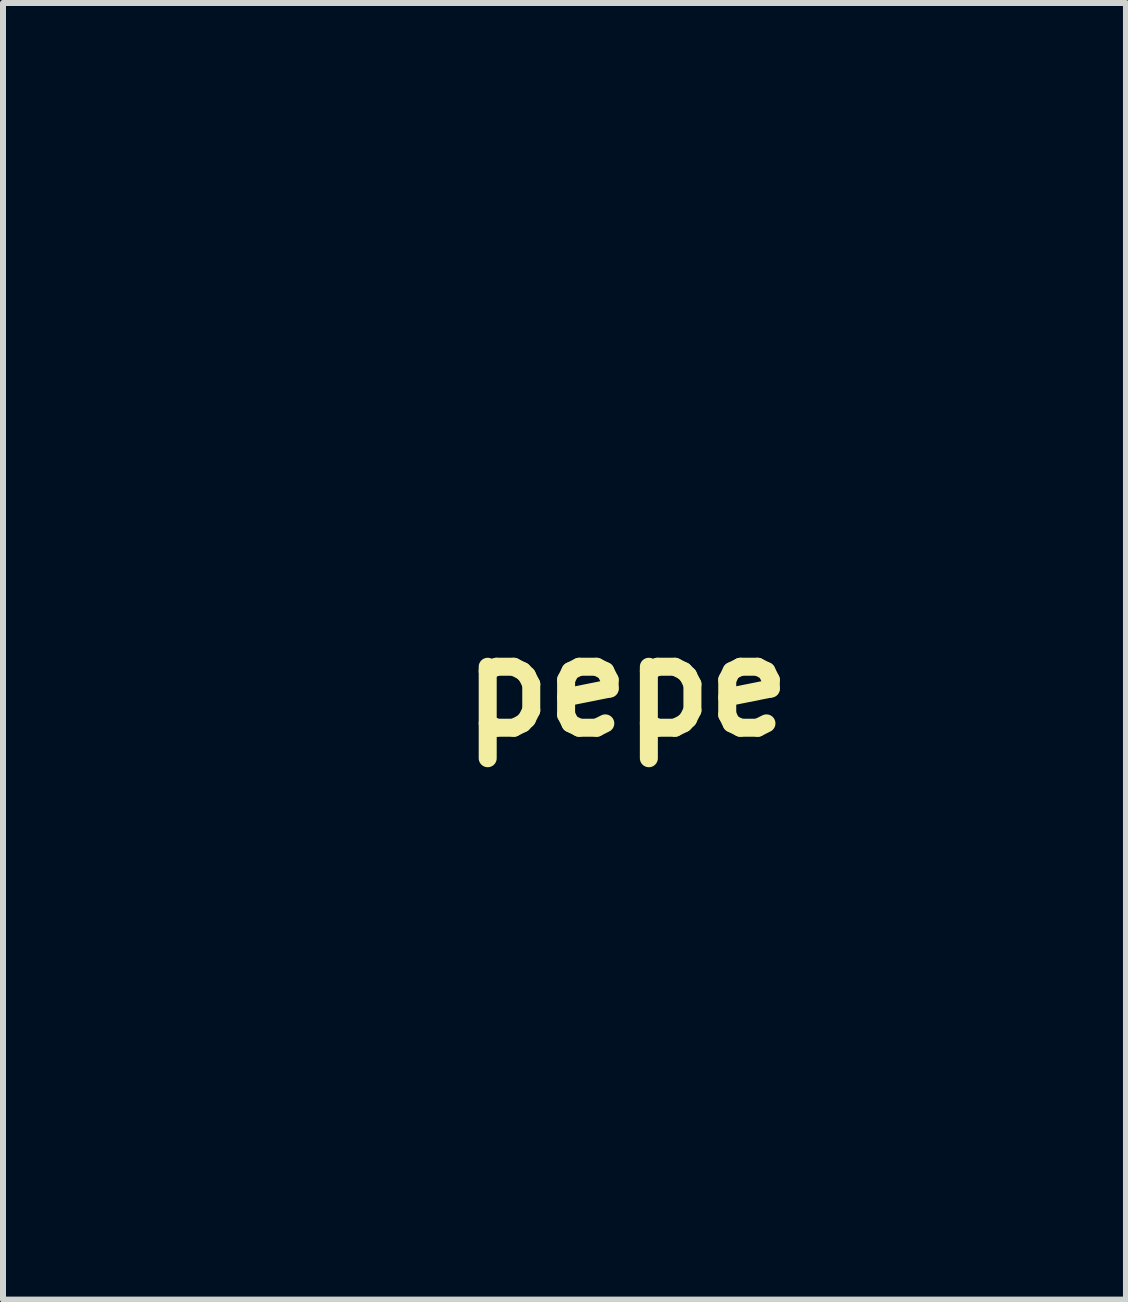
<source format=kicad_pcb>
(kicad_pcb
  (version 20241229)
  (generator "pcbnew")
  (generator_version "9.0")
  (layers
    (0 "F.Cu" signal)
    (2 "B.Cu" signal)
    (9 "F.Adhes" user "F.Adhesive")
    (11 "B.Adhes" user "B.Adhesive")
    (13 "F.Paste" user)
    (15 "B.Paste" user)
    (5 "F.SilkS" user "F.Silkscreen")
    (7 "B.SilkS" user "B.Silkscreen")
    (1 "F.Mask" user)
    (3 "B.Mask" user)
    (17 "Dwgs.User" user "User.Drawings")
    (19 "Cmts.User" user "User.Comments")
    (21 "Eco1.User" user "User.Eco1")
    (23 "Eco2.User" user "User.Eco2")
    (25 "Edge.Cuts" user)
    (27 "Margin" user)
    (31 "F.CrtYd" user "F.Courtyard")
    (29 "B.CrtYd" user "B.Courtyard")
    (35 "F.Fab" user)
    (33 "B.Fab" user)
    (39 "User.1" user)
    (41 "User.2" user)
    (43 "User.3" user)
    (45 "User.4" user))
  (footprint "pepe"
    (layer "F.Cu")
    (at 7.399 8.387)
    (property "Reference" "pepe" (at 0 0 0) (layer "F.SilkS") (effects (font (size 1.524 1.524) (thickness 0.3))))
    (attr through_hole)
    (fp_poly (pts (xy -6.075 -1.233) (xy -6.055 -1.231) (xy -6.053 -1.23) (xy -6.022 -1.218) (xy -5.997 -1.201) (xy -5.981 -1.18) (xy -5.972 -1.157) (xy -5.972 -1.132) (xy -5.974 -1.126) (xy -5.983 -1.108) (xy -5.996 -1.09) (xy -5.999 -1.087) (xy -6.01 -1.078) (xy -6.024 -1.069) (xy -6.041 -1.062) (xy -6.062 -1.055) (xy -6.088 -1.048) (xy -6.121 -1.042) (xy -6.161 -1.035) (xy -6.209 -1.028) (xy -6.266 -1.02) (xy -6.274 -1.019) (xy -6.378 -1.002) (xy -6.478 -0.98) (xy -6.572 -0.953) (xy -6.576 -0.952) (xy -6.619 -0.938) (xy -6.654 -0.929) (xy -6.682 -0.923) (xy -6.704 -0.921) (xy -6.721 -0.922) (xy -6.734 -0.926) (xy -6.755 -0.941) (xy -6.77 -0.962) (xy -6.777 -0.986) (xy -6.776 -1.012) (xy -6.776 -1.015) (xy -6.762 -1.045) (xy -6.739 -1.074) (xy -6.707 -1.1) (xy -6.666 -1.124) (xy -6.618 -1.145) (xy -6.576 -1.158) (xy -6.532 -1.169) (xy -6.485 -1.18) (xy -6.434 -1.191) (xy -6.382 -1.2) (xy -6.33 -1.209) (xy -6.278 -1.217) (xy -6.228 -1.223) (xy -6.182 -1.228) (xy -6.14 -1.232) (xy -6.104 -1.233) (xy -6.075 -1.233)) (stroke (width 0.01) (type solid)) (fill yes) (layer "F.Mask"))
    (fp_poly (pts (xy 4.443 6.515) (xy 4.462 6.525) (xy 4.482 6.539) (xy 4.499 6.555) (xy 4.513 6.572) (xy 4.52 6.587) (xy 4.521 6.592) (xy 4.519 6.602) (xy 4.51 6.617) (xy 4.496 6.637) (xy 4.476 6.664) (xy 4.45 6.697) (xy 4.417 6.736) (xy 4.377 6.782) (xy 4.364 6.797) (xy 4.277 6.898) (xy 4.198 6.994) (xy 4.127 7.082) (xy 4.1 7.117) (xy 4.077 7.145) (xy 4.058 7.167) (xy 4.041 7.183) (xy 4.026 7.194) (xy 4.01 7.201) (xy 3.992 7.206) (xy 3.971 7.207) (xy 3.947 7.208) (xy 3.929 7.208) (xy 3.903 7.207) (xy 3.879 7.206) (xy 3.859 7.205) (xy 3.847 7.204) (xy 3.846 7.203) (xy 3.834 7.2) (xy 3.826 7.196) (xy 3.822 7.191) (xy 3.823 7.182) (xy 3.828 7.17) (xy 3.839 7.153) (xy 3.854 7.129) (xy 3.876 7.099) (xy 3.878 7.097) (xy 3.913 7.047) (xy 3.952 6.996) (xy 3.993 6.944) (xy 4.035 6.89) (xy 4.078 6.838) (xy 4.12 6.787) (xy 4.162 6.738) (xy 4.202 6.692) (xy 4.239 6.65) (xy 4.274 6.613) (xy 4.304 6.583) (xy 4.329 6.559) (xy 4.342 6.548) (xy 4.368 6.529) (xy 4.389 6.516) (xy 4.408 6.51) (xy 4.425 6.51) (xy 4.443 6.515)) (stroke (width 0.01) (type solid)) (fill yes) (layer "F.Mask"))
    (fp_poly (pts (xy -5.948 -0.668) (xy -5.885 -0.663) (xy -5.838 -0.657) (xy -5.805 -0.65) (xy -5.78 -0.641) (xy -5.761 -0.63) (xy -5.746 -0.614) (xy -5.741 -0.606) (xy -5.728 -0.581) (xy -5.726 -0.557) (xy -5.734 -0.534) (xy -5.743 -0.522) (xy -5.753 -0.511) (xy -5.763 -0.502) (xy -5.774 -0.495) (xy -5.788 -0.489) (xy -5.805 -0.485) (xy -5.827 -0.481) (xy -5.854 -0.479) (xy -5.888 -0.476) (xy -5.93 -0.475) (xy -5.981 -0.473) (xy -5.989 -0.473) (xy -6.059 -0.47) (xy -6.12 -0.467) (xy -6.175 -0.463) (xy -6.227 -0.458) (xy -6.276 -0.452) (xy -6.325 -0.444) (xy -6.355 -0.439) (xy -6.434 -0.423) (xy -6.511 -0.403) (xy -6.585 -0.381) (xy -6.654 -0.357) (xy -6.717 -0.331) (xy -6.771 -0.304) (xy -6.785 -0.296) (xy -6.818 -0.275) (xy -6.849 -0.253) (xy -6.878 -0.229) (xy -6.906 -0.201) (xy -6.936 -0.168) (xy -6.968 -0.129) (xy -7.004 -0.083) (xy -7.01 -0.074) (xy -7.028 -0.051) (xy -7.045 -0.029) (xy -7.06 -0.011) (xy -7.07 0.002) (xy -7.074 0.006) (xy -7.1 0.023) (xy -7.129 0.033) (xy -7.159 0.035) (xy -7.187 0.028) (xy -7.187 0.028) (xy -7.203 0.016) (xy -7.215 -0.004) (xy -7.222 -0.029) (xy -7.224 -0.057) (xy -7.22 -0.087) (xy -7.212 -0.112) (xy -7.196 -0.144) (xy -7.172 -0.181) (xy -7.139 -0.223) (xy -7.1 -0.27) (xy -7.054 -0.319) (xy -6.995 -0.376) (xy -6.932 -0.426) (xy -6.864 -0.47) (xy -6.79 -0.51) (xy -6.708 -0.545) (xy -6.618 -0.576) (xy -6.574 -0.589) (xy -6.499 -0.608) (xy -6.419 -0.625) (xy -6.338 -0.64) (xy -6.256 -0.651) (xy -6.174 -0.66) (xy -6.094 -0.666) (xy -6.019 -0.668) (xy -5.948 -0.668)) (stroke (width 0.01) (type solid)) (fill yes) (layer "F.Mask"))
    (fp_poly (pts (xy 3.777 6.118) (xy 3.791 6.122) (xy 3.798 6.126) (xy 3.823 6.143) (xy 3.839 6.163) (xy 3.845 6.186) (xy 3.846 6.189) (xy 3.845 6.201) (xy 3.842 6.213) (xy 3.837 6.227) (xy 3.829 6.243) (xy 3.818 6.261) (xy 3.804 6.282) (xy 3.787 6.305) (xy 3.765 6.332) (xy 3.74 6.363) (xy 3.71 6.397) (xy 3.676 6.436) (xy 3.636 6.479) (xy 3.592 6.527) (xy 3.541 6.581) (xy 3.485 6.64) (xy 3.423 6.706) (xy 3.354 6.777) (xy 3.278 6.856) (xy 3.254 6.88) (xy 3.213 6.923) (xy 3.179 6.959) (xy 3.15 6.99) (xy 3.125 7.017) (xy 3.104 7.041) (xy 3.086 7.062) (xy 3.07 7.082) (xy 3.055 7.102) (xy 3.041 7.122) (xy 3.026 7.145) (xy 3.021 7.152) (xy 3.007 7.173) (xy 2.995 7.187) (xy 2.983 7.197) (xy 2.968 7.202) (xy 2.949 7.205) (xy 2.922 7.207) (xy 2.907 7.207) (xy 2.872 7.207) (xy 2.845 7.206) (xy 2.827 7.203) (xy 2.824 7.202) (xy 2.813 7.197) (xy 2.808 7.189) (xy 2.807 7.177) (xy 2.81 7.161) (xy 2.818 7.138) (xy 2.831 7.111) (xy 2.846 7.082) (xy 2.863 7.052) (xy 2.876 7.032) (xy 2.9 6.998) (xy 2.923 6.965) (xy 2.947 6.934) (xy 2.973 6.902) (xy 3.002 6.868) (xy 3.035 6.832) (xy 3.073 6.792) (xy 3.117 6.746) (xy 3.129 6.733) (xy 3.202 6.658) (xy 3.276 6.581) (xy 3.351 6.501) (xy 3.43 6.416) (xy 3.475 6.368) (xy 3.524 6.315) (xy 3.567 6.269) (xy 3.605 6.23) (xy 3.637 6.198) (xy 3.666 6.172) (xy 3.691 6.151) (xy 3.712 6.136) (xy 3.731 6.125) (xy 3.748 6.119) (xy 3.763 6.117) (xy 3.777 6.118)) (stroke (width 0.01) (type solid)) (fill yes) (layer "F.Mask"))
    (fp_poly (pts (xy 0.077 -1.838) (xy 0.106 -1.834) (xy 0.14 -1.825) (xy 0.181 -1.812) (xy 0.23 -1.794) (xy 0.247 -1.788) (xy 0.332 -1.756) (xy 0.417 -1.726) (xy 0.502 -1.699) (xy 0.584 -1.674) (xy 0.662 -1.653) (xy 0.735 -1.635) (xy 0.801 -1.622) (xy 0.846 -1.614) (xy 0.865 -1.612) (xy 0.891 -1.611) (xy 0.925 -1.61) (xy 0.968 -1.609) (xy 1.02 -1.608) (xy 1.081 -1.608) (xy 1.097 -1.608) (xy 1.158 -1.608) (xy 1.209 -1.609) (xy 1.253 -1.609) (xy 1.291 -1.611) (xy 1.323 -1.612) (xy 1.353 -1.615) (xy 1.38 -1.618) (xy 1.406 -1.622) (xy 1.432 -1.626) (xy 1.447 -1.629) (xy 1.477 -1.633) (xy 1.5 -1.633) (xy 1.519 -1.627) (xy 1.536 -1.616) (xy 1.549 -1.603) (xy 1.564 -1.583) (xy 1.573 -1.565) (xy 1.574 -1.547) (xy 1.573 -1.537) (xy 1.565 -1.518) (xy 1.55 -1.498) (xy 1.529 -1.477) (xy 1.505 -1.458) (xy 1.479 -1.442) (xy 1.453 -1.431) (xy 1.451 -1.43) (xy 1.434 -1.426) (xy 1.411 -1.422) (xy 1.381 -1.419) (xy 1.344 -1.416) (xy 1.299 -1.413) (xy 1.245 -1.411) (xy 1.182 -1.408) (xy 1.143 -1.407) (xy 1.08 -1.405) (xy 1.025 -1.403) (xy 0.976 -1.4) (xy 0.936 -1.398) (xy 0.905 -1.396) (xy 0.882 -1.394) (xy 0.868 -1.391) (xy 0.865 -1.39) (xy 0.866 -1.387) (xy 0.871 -1.379) (xy 0.88 -1.367) (xy 0.894 -1.35) (xy 0.912 -1.327) (xy 0.936 -1.299) (xy 0.965 -1.265) (xy 0.999 -1.224) (xy 1.039 -1.177) (xy 1.086 -1.123) (xy 1.139 -1.061) (xy 1.145 -1.055) (xy 1.193 -0.998) (xy 1.236 -0.949) (xy 1.272 -0.906) (xy 1.304 -0.868) (xy 1.331 -0.834) (xy 1.355 -0.805) (xy 1.375 -0.778) (xy 1.392 -0.755) (xy 1.408 -0.732) (xy 1.421 -0.711) (xy 1.434 -0.69) (xy 1.436 -0.686) (xy 1.46 -0.644) (xy 1.477 -0.609) (xy 1.488 -0.58) (xy 1.493 -0.555) (xy 1.492 -0.535) (xy 1.485 -0.517) (xy 1.484 -0.516) (xy 1.467 -0.494) (xy 1.447 -0.475) (xy 1.425 -0.461) (xy 1.404 -0.453) (xy 1.396 -0.452) (xy 1.384 -0.455) (xy 1.369 -0.461) (xy 1.365 -0.464) (xy 1.356 -0.47) (xy 1.347 -0.479) (xy 1.335 -0.493) (xy 1.321 -0.513) (xy 1.302 -0.54) (xy 1.282 -0.57) (xy 1.242 -0.629) (xy 1.205 -0.682) (xy 1.168 -0.733) (xy 1.13 -0.781) (xy 1.09 -0.83) (xy 1.046 -0.882) (xy 0.996 -0.938) (xy 0.981 -0.955) (xy 0.958 -0.981) (xy 0.931 -1.011) (xy 0.901 -1.045) (xy 0.872 -1.079) (xy 0.845 -1.111) (xy 0.841 -1.115) (xy 0.816 -1.144) (xy 0.792 -1.172) (xy 0.768 -1.198) (xy 0.747 -1.22) (xy 0.731 -1.237) (xy 0.726 -1.242) (xy 0.678 -1.285) (xy 0.622 -1.329) (xy 0.559 -1.374) (xy 0.488 -1.421) (xy 0.408 -1.47) (xy 0.319 -1.521) (xy 0.221 -1.575) (xy 0.17 -1.602) (xy 0.127 -1.626) (xy 0.091 -1.647) (xy 0.063 -1.665) (xy 0.04 -1.681) (xy 0.023 -1.695) (xy 0.011 -1.709) (xy 0.002 -1.722) (xy -0.003 -1.735) (xy -0.006 -1.75) (xy -0.007 -1.755) (xy -0.007 -1.785) (xy 0.002 -1.809) (xy 0.018 -1.826) (xy 0.02 -1.827) (xy 0.035 -1.835) (xy 0.054 -1.839) (xy 0.077 -1.838)) (stroke (width 0.01) (type solid)) (fill yes) (layer "F.Mask"))
    (fp_poly (pts (xy -4.859 -8.382) (xy -4.79 -8.38) (xy -4.73 -8.378) (xy -4.722 -8.377) (xy -4.647 -8.372) (xy -4.57 -8.367) (xy -4.49 -8.36) (xy -4.409 -8.353) (xy -4.33 -8.345) (xy -4.252 -8.338) (xy -4.178 -8.329) (xy -4.109 -8.321) (xy -4.047 -8.313) (xy -3.992 -8.306) (xy -3.957 -8.3) (xy -3.858 -8.28) (xy -3.761 -8.253) (xy -3.665 -8.219) (xy -3.57 -8.178) (xy -3.475 -8.128) (xy -3.379 -8.07) (xy -3.28 -8.003) (xy -3.226 -7.963) (xy -3.153 -7.906) (xy -3.088 -7.852) (xy -3.03 -7.8) (xy -2.979 -7.75) (xy -2.933 -7.7) (xy -2.893 -7.65) (xy -2.871 -7.621) (xy -2.85 -7.596) (xy -2.83 -7.579) (xy -2.812 -7.57) (xy -2.805 -7.569) (xy -2.792 -7.572) (xy -2.773 -7.581) (xy -2.746 -7.595) (xy -2.715 -7.613) (xy -2.679 -7.636) (xy -2.639 -7.662) (xy -2.596 -7.691) (xy -2.551 -7.723) (xy -2.505 -7.756) (xy -2.492 -7.766) (xy -2.44 -7.805) (xy -2.395 -7.84) (xy -2.354 -7.874) (xy -2.314 -7.908) (xy -2.274 -7.945) (xy -2.266 -7.952) (xy -2.197 -8.013) (xy -2.13 -8.066) (xy -2.064 -8.111) (xy -1.995 -8.15) (xy -1.923 -8.185) (xy -1.909 -8.191) (xy -1.88 -8.203) (xy -1.85 -8.214) (xy -1.821 -8.223) (xy -1.791 -8.232) (xy -1.758 -8.239) (xy -1.724 -8.245) (xy -1.686 -8.25) (xy -1.644 -8.254) (xy -1.598 -8.258) (xy -1.546 -8.26) (xy -1.489 -8.262) (xy -1.424 -8.264) (xy -1.352 -8.264) (xy -1.273 -8.264) (xy -1.184 -8.264) (xy -1.107 -8.264) (xy -1.047 -8.263) (xy -0.989 -8.262) (xy -0.933 -8.261) (xy -0.88 -8.261) (xy -0.833 -8.26) (xy -0.79 -8.259) (xy -0.755 -8.258) (xy -0.727 -8.257) (xy -0.708 -8.256) (xy -0.704 -8.255) (xy -0.656 -8.25) (xy -0.612 -8.245) (xy -0.57 -8.238) (xy -0.529 -8.229) (xy -0.488 -8.219) (xy -0.447 -8.206) (xy -0.403 -8.19) (xy -0.356 -8.172) (xy -0.305 -8.15) (xy -0.249 -8.124) (xy -0.188 -8.094) (xy -0.119 -8.06) (xy -0.069 -8.035) (xy 0.016 -7.991) (xy 0.092 -7.95) (xy 0.161 -7.912) (xy 0.223 -7.875) (xy 0.279 -7.839) (xy 0.33 -7.804) (xy 0.377 -7.768) (xy 0.421 -7.731) (xy 0.462 -7.692) (xy 0.502 -7.65) (xy 0.542 -7.606) (xy 0.582 -7.557) (xy 0.624 -7.504) (xy 0.643 -7.478) (xy 0.699 -7.401) (xy 0.758 -7.318) (xy 0.818 -7.23) (xy 0.881 -7.138) (xy 0.943 -7.042) (xy 1.006 -6.945) (xy 1.068 -6.847) (xy 1.128 -6.75) (xy 1.186 -6.655) (xy 1.24 -6.563) (xy 1.291 -6.475) (xy 1.337 -6.393) (xy 1.377 -6.317) (xy 1.379 -6.314) (xy 1.402 -6.268) (xy 1.421 -6.228) (xy 1.436 -6.194) (xy 1.448 -6.163) (xy 1.458 -6.133) (xy 1.466 -6.102) (xy 1.471 -6.077) (xy 1.48 -6.038) (xy 1.49 -6.008) (xy 1.5 -5.985) (xy 1.513 -5.968) (xy 1.523 -5.959) (xy 1.533 -5.952) (xy 1.549 -5.942) (xy 1.569 -5.929) (xy 1.59 -5.917) (xy 1.625 -5.895) (xy 1.667 -5.868) (xy 1.713 -5.837) (xy 1.764 -5.802) (xy 1.818 -5.764) (xy 1.873 -5.724) (xy 1.928 -5.684) (xy 1.983 -5.643) (xy 2.036 -5.604) (xy 2.085 -5.566) (xy 2.13 -5.53) (xy 2.169 -5.499) (xy 2.201 -5.471) (xy 2.208 -5.465) (xy 2.253 -5.422) (xy 2.301 -5.371) (xy 2.352 -5.314) (xy 2.403 -5.252) (xy 2.454 -5.187) (xy 2.504 -5.12) (xy 2.552 -5.053) (xy 2.596 -4.987) (xy 2.635 -4.923) (xy 2.656 -4.885) (xy 2.679 -4.845) (xy 2.699 -4.813) (xy 2.717 -4.787) (xy 2.734 -4.767) (xy 2.752 -4.752) (xy 2.772 -4.739) (xy 2.794 -4.728) (xy 2.795 -4.727) (xy 2.822 -4.714) (xy 2.857 -4.695) (xy 2.9 -4.67) (xy 2.95 -4.639) (xy 3.008 -4.603) (xy 3.073 -4.561) (xy 3.145 -4.514) (xy 3.198 -4.479) (xy 3.233 -4.455) (xy 3.261 -4.436) (xy 3.285 -4.418) (xy 3.305 -4.403) (xy 3.324 -4.386) (xy 3.343 -4.368) (xy 3.365 -4.347) (xy 3.371 -4.341) (xy 3.418 -4.292) (xy 3.456 -4.244) (xy 3.486 -4.2) (xy 3.508 -4.16) (xy 3.511 -4.152) (xy 3.516 -4.137) (xy 3.519 -4.123) (xy 3.521 -4.106) (xy 3.522 -4.083) (xy 3.523 -4.059) (xy 3.523 -4.032) (xy 3.522 -4.012) (xy 3.52 -3.997) (xy 3.517 -3.985) (xy 3.513 -3.973) (xy 3.51 -3.967) (xy 3.494 -3.939) (xy 3.474 -3.917) (xy 3.448 -3.899) (xy 3.419 -3.886) (xy 3.396 -3.875) (xy 3.382 -3.867) (xy 3.376 -3.859) (xy 3.376 -3.858) (xy 3.375 -3.849) (xy 3.373 -3.83) (xy 3.372 -3.803) (xy 3.37 -3.77) (xy 3.369 -3.731) (xy 3.367 -3.688) (xy 3.365 -3.642) (xy 3.363 -3.594) (xy 3.362 -3.545) (xy 3.36 -3.496) (xy 3.359 -3.448) (xy 3.358 -3.403) (xy 3.357 -3.362) (xy 3.356 -3.326) (xy 3.356 -3.296) (xy 3.356 -3.282) (xy 3.356 -3.229) (xy 3.358 -3.17) (xy 3.36 -3.111) (xy 3.363 -3.056) (xy 3.365 -3.028) (xy 3.369 -2.972) (xy 3.371 -2.913) (xy 3.372 -2.853) (xy 3.372 -2.794) (xy 3.371 -2.737) (xy 3.369 -2.685) (xy 3.366 -2.638) (xy 3.362 -2.599) (xy 3.361 -2.586) (xy 3.344 -2.498) (xy 3.325 -2.418) (xy 3.3 -2.342) (xy 3.271 -2.269) (xy 3.249 -2.223) (xy 3.226 -2.178) (xy 3.203 -2.137) (xy 3.179 -2.096) (xy 3.152 -2.056) (xy 3.123 -2.016) (xy 3.089 -1.973) (xy 3.051 -1.927) (xy 3.008 -1.878) (xy 2.959 -1.823) (xy 2.932 -1.793) (xy 2.909 -1.768) (xy 2.889 -1.746) (xy 2.872 -1.727) (xy 2.859 -1.712) (xy 2.852 -1.703) (xy 2.851 -1.701) (xy 2.855 -1.697) (xy 2.864 -1.686) (xy 2.879 -1.669) (xy 2.898 -1.648) (xy 2.921 -1.624) (xy 2.946 -1.596) (xy 2.952 -1.589) (xy 3.022 -1.513) (xy 3.084 -1.441) (xy 3.139 -1.375) (xy 3.188 -1.313) (xy 3.231 -1.254) (xy 3.268 -1.197) (xy 3.301 -1.142) (xy 3.33 -1.089) (xy 3.355 -1.035) (xy 3.371 -0.995) (xy 3.394 -0.941) (xy 3.417 -0.893) (xy 3.444 -0.847) (xy 3.475 -0.802) (xy 3.512 -0.755) (xy 3.529 -0.736) (xy 3.586 -0.666) (xy 3.635 -0.597) (xy 3.679 -0.526) (xy 3.718 -0.452) (xy 3.755 -0.371) (xy 3.768 -0.338) (xy 3.793 -0.271) (xy 3.811 -0.211) (xy 3.823 -0.155) (xy 3.829 -0.103) (xy 3.83 -0.054) (xy 3.824 -0.005) (xy 3.816 0.034) (xy 3.803 0.078) (xy 3.786 0.121) (xy 3.765 0.166) (xy 3.739 0.212) (xy 3.709 0.26) (xy 3.672 0.312) (xy 3.63 0.366) (xy 3.58 0.426) (xy 3.524 0.49) (xy 3.482 0.537) (xy 3.434 0.589) (xy 3.393 0.635) (xy 3.358 0.675) (xy 3.328 0.71) (xy 3.303 0.74) (xy 3.282 0.768) (xy 3.264 0.793) (xy 3.248 0.816) (xy 3.235 0.839) (xy 3.226 0.854) (xy 3.204 0.897) (xy 3.252 0.993) (xy 3.277 1.043) (xy 3.296 1.085) (xy 3.311 1.123) (xy 3.322 1.157) (xy 3.329 1.19) (xy 3.334 1.223) (xy 3.337 1.259) (xy 3.337 1.293) (xy 3.336 1.343) (xy 3.333 1.39) (xy 3.326 1.434) (xy 3.315 1.477) (xy 3.3 1.52) (xy 3.281 1.563) (xy 3.257 1.607) (xy 3.227 1.654) (xy 3.192 1.705) (xy 3.15 1.76) (xy 3.101 1.82) (xy 3.08 1.846) (xy 3.044 1.889) (xy 3.011 1.932) (xy 2.981 1.971) (xy 2.955 2.007) (xy 2.934 2.038) (xy 2.92 2.063) (xy 2.92 2.063) (xy 2.912 2.081) (xy 2.907 2.098) (xy 2.907 2.117) (xy 2.91 2.14) (xy 2.917 2.17) (xy 2.921 2.186) (xy 2.941 2.278) (xy 2.953 2.372) (xy 2.954 2.468) (xy 2.947 2.566) (xy 2.936 2.634) (xy 2.915 2.72) (xy 2.884 2.808) (xy 2.845 2.897) (xy 2.798 2.984) (xy 2.744 3.069) (xy 2.734 3.082) (xy 2.724 3.097) (xy 2.713 3.112) (xy 2.701 3.127) (xy 2.687 3.145) (xy 2.671 3.166) (xy 2.651 3.19) (xy 2.627 3.22) (xy 2.599 3.255) (xy 2.564 3.296) (xy 2.556 3.306) (xy 2.536 3.332) (xy 2.516 3.358) (xy 2.496 3.385) (xy 2.479 3.41) (xy 2.465 3.432) (xy 2.455 3.449) (xy 2.449 3.46) (xy 2.449 3.463) (xy 2.452 3.477) (xy 2.461 3.497) (xy 2.474 3.521) (xy 2.492 3.547) (xy 2.511 3.575) (xy 2.532 3.601) (xy 2.553 3.625) (xy 2.56 3.632) (xy 2.575 3.646) (xy 2.589 3.66) (xy 2.604 3.672) (xy 2.62 3.685) (xy 2.639 3.699) (xy 2.66 3.713) (xy 2.686 3.729) (xy 2.716 3.747) (xy 2.751 3.768) (xy 2.793 3.792) (xy 2.841 3.819) (xy 2.898 3.851) (xy 2.931 3.87) (xy 3.098 3.966) (xy 3.255 4.065) (xy 3.402 4.166) (xy 3.54 4.269) (xy 3.668 4.375) (xy 3.786 4.483) (xy 3.895 4.593) (xy 3.995 4.706) (xy 4.036 4.755) (xy 4.084 4.816) (xy 4.127 4.87) (xy 4.166 4.918) (xy 4.2 4.961) (xy 4.231 4.999) (xy 4.26 5.034) (xy 4.286 5.066) (xy 4.312 5.097) (xy 4.323 5.11) (xy 4.375 5.172) (xy 4.42 5.227) (xy 4.461 5.276) (xy 4.497 5.32) (xy 4.529 5.361) (xy 4.557 5.398) (xy 4.582 5.433) (xy 4.605 5.467) (xy 4.627 5.501) (xy 4.648 5.536) (xy 4.668 5.572) (xy 4.689 5.611) (xy 4.71 5.654) (xy 4.733 5.701) (xy 4.758 5.753) (xy 4.777 5.792) (xy 4.803 5.845) (xy 4.83 5.895) (xy 4.859 5.945) (xy 4.892 5.998) (xy 4.929 6.055) (xy 4.982 6.136) (xy 5.03 6.213) (xy 5.072 6.288) (xy 5.111 6.363) (xy 5.149 6.442) (xy 5.185 6.526) (xy 5.197 6.553) (xy 5.211 6.587) (xy 5.226 6.621) (xy 5.24 6.653) (xy 5.252 6.681) (xy 5.262 6.702) (xy 5.264 6.705) (xy 5.275 6.729) (xy 5.284 6.751) (xy 5.291 6.772) (xy 5.296 6.797) (xy 5.3 6.826) (xy 5.303 6.863) (xy 5.303 6.863) (xy 5.307 6.909) (xy 5.308 6.955) (xy 5.308 7) (xy 5.307 7.044) (xy 5.305 7.085) (xy 5.301 7.122) (xy 5.297 7.154) (xy 5.291 7.179) (xy 5.285 7.197) (xy 5.278 7.207) (xy 5.274 7.209) (xy 5.261 7.204) (xy 5.248 7.189) (xy 5.234 7.166) (xy 5.23 7.157) (xy 5.221 7.134) (xy 5.212 7.106) (xy 5.204 7.078) (xy 5.199 7.052) (xy 5.197 7.032) (xy 5.197 7.03) (xy 5.194 7.012) (xy 5.187 6.985) (xy 5.176 6.95) (xy 5.161 6.908) (xy 5.141 6.859) (xy 5.118 6.804) (xy 5.091 6.743) (xy 5.061 6.678) (xy 5.029 6.607) (xy 4.993 6.533) (xy 4.964 6.475) (xy 4.936 6.418) (xy 4.911 6.368) (xy 4.888 6.325) (xy 4.868 6.287) (xy 4.848 6.252) (xy 4.828 6.219) (xy 4.808 6.187) (xy 4.8 6.175) (xy 4.771 6.128) (xy 4.743 6.081) (xy 4.715 6.033) (xy 4.687 5.983) (xy 4.657 5.928) (xy 4.625 5.866) (xy 4.597 5.812) (xy 4.564 5.746) (xy 4.533 5.688) (xy 4.505 5.637) (xy 4.477 5.59) (xy 4.449 5.546) (xy 4.42 5.504) (xy 4.389 5.463) (xy 4.355 5.419) (xy 4.316 5.373) (xy 4.273 5.322) (xy 4.265 5.314) (xy 4.237 5.281) (xy 4.205 5.242) (xy 4.168 5.198) (xy 4.13 5.15) (xy 4.091 5.1) (xy 4.052 5.051) (xy 4.014 5.002) (xy 3.998 4.981) (xy 3.945 4.912) (xy 3.897 4.851) (xy 3.853 4.796) (xy 3.811 4.746) (xy 3.772 4.702) (xy 3.734 4.66) (xy 3.696 4.622) (xy 3.657 4.585) (xy 3.617 4.548) (xy 3.575 4.511) (xy 3.561 4.5) (xy 3.478 4.433) (xy 3.387 4.364) (xy 3.291 4.295) (xy 3.192 4.228) (xy 3.091 4.163) (xy 2.992 4.103) (xy 2.895 4.048) (xy 2.86 4.028) (xy 2.811 4.002) (xy 2.771 3.981) (xy 2.737 3.962) (xy 2.708 3.947) (xy 2.685 3.934) (xy 2.665 3.922) (xy 2.647 3.912) (xy 2.631 3.902) (xy 2.615 3.891) (xy 2.604 3.884) (xy 2.529 3.83) (xy 2.462 3.772) (xy 2.402 3.71) (xy 2.347 3.641) (xy 2.325 3.61) (xy 2.299 3.573) (xy 2.272 3.537) (xy 2.242 3.502) (xy 2.208 3.466) (xy 2.168 3.427) (xy 2.127 3.389) (xy 2.067 3.334) (xy 2.009 3.284) (xy 1.954 3.239) (xy 1.904 3.199) (xy 1.858 3.165) (xy 1.818 3.138) (xy 1.789 3.121) (xy 1.747 3.102) (xy 1.698 3.092) (xy 1.642 3.088) (xy 1.58 3.093) (xy 1.513 3.104) (xy 1.44 3.123) (xy 1.361 3.149) (xy 1.277 3.183) (xy 1.253 3.194) (xy 1.171 3.232) (xy 1.092 3.273) (xy 1.014 3.317) (xy 0.936 3.364) (xy 0.858 3.416) (xy 0.778 3.473) (xy 0.696 3.536) (xy 0.61 3.605) (xy 0.52 3.681) (xy 0.436 3.755) (xy 0.405 3.783) (xy 0.371 3.813) (xy 0.337 3.845) (xy 0.302 3.877) (xy 0.267 3.909) (xy 0.233 3.94) (xy 0.202 3.969) (xy 0.173 3.997) (xy 0.148 4.02) (xy 0.127 4.04) (xy 0.111 4.056) (xy 0.102 4.065) (xy 0.099 4.069) (xy 0.103 4.073) (xy 0.114 4.082) (xy 0.131 4.094) (xy 0.152 4.109) (xy 0.168 4.119) (xy 0.219 4.155) (xy 0.262 4.188) (xy 0.299 4.22) (xy 0.331 4.253) (xy 0.348 4.274) (xy 0.384 4.325) (xy 0.411 4.376) (xy 0.428 4.427) (xy 0.435 4.478) (xy 0.432 4.527) (xy 0.422 4.569) (xy 0.41 4.597) (xy 0.394 4.626) (xy 0.372 4.657) (xy 0.343 4.691) (xy 0.307 4.73) (xy 0.298 4.739) (xy 0.257 4.779) (xy 0.219 4.809) (xy 0.184 4.832) (xy 0.152 4.847) (xy 0.121 4.854) (xy 0.119 4.854) (xy 0.091 4.853) (xy 0.068 4.843) (xy 0.05 4.826) (xy 0.039 4.803) (xy 0.036 4.781) (xy 0.037 4.765) (xy 0.042 4.75) (xy 0.051 4.733) (xy 0.066 4.713) (xy 0.086 4.689) (xy 0.113 4.66) (xy 0.125 4.647) (xy 0.162 4.607) (xy 0.192 4.573) (xy 0.214 4.544) (xy 0.228 4.521) (xy 0.234 4.506) (xy 0.237 4.479) (xy 0.231 4.451) (xy 0.216 4.42) (xy 0.193 4.389) (xy 0.162 4.357) (xy 0.124 4.327) (xy 0.11 4.317) (xy 0.096 4.308) (xy 0.074 4.295) (xy 0.048 4.28) (xy 0.02 4.264) (xy -0.003 4.251) (xy -0.087 4.206) (xy -0.164 4.248) (xy -0.208 4.271) (xy -0.244 4.292) (xy -0.273 4.31) (xy -0.297 4.326) (xy -0.317 4.342) (xy -0.335 4.358) (xy -0.341 4.364) (xy -0.37 4.4) (xy -0.392 4.443) (xy -0.409 4.491) (xy -0.419 4.543) (xy -0.422 4.587) (xy -0.417 4.64) (xy -0.405 4.687) (xy -0.383 4.73) (xy -0.353 4.77) (xy -0.353 4.77) (xy -0.322 4.799) (xy -0.287 4.825) (xy -0.248 4.846) (xy -0.205 4.863) (xy -0.155 4.876) (xy -0.099 4.886) (xy -0.036 4.893) (xy 0.036 4.896) (xy 0.116 4.896) (xy 0.136 4.896) (xy 0.189 4.894) (xy 0.233 4.892) (xy 0.271 4.89) (xy 0.302 4.886) (xy 0.329 4.881) (xy 0.353 4.875) (xy 0.376 4.867) (xy 0.399 4.856) (xy 0.409 4.852) (xy 0.442 4.834) (xy 0.483 4.81) (xy 0.529 4.781) (xy 0.58 4.747) (xy 0.636 4.709) (xy 0.696 4.668) (xy 0.758 4.623) (xy 0.823 4.576) (xy 0.888 4.527) (xy 0.954 4.476) (xy 1.019 4.425) (xy 1.031 4.415) (xy 1.102 4.361) (xy 1.168 4.314) (xy 1.23 4.275) (xy 1.289 4.243) (xy 1.346 4.218) (xy 1.403 4.2) (xy 1.459 4.188) (xy 1.517 4.182) (xy 1.578 4.182) (xy 1.641 4.188) (xy 1.71 4.198) (xy 1.762 4.209) (xy 1.852 4.232) (xy 1.936 4.259) (xy 2.012 4.289) (xy 2.08 4.322) (xy 2.139 4.358) (xy 2.142 4.359) (xy 2.179 4.388) (xy 2.207 4.416) (xy 2.225 4.442) (xy 2.233 4.468) (xy 2.232 4.494) (xy 2.221 4.52) (xy 2.211 4.535) (xy 2.197 4.553) (xy 2.186 4.569) (xy 2.175 4.586) (xy 2.164 4.606) (xy 2.149 4.633) (xy 2.147 4.636) (xy 2.134 4.661) (xy 2.121 4.689) (xy 2.107 4.718) (xy 2.095 4.746) (xy 2.085 4.77) (xy 2.078 4.789) (xy 2.076 4.797) (xy 2.072 4.812) (xy 2.088 4.802) (xy 2.101 4.794) (xy 2.122 4.778) (xy 2.149 4.756) (xy 2.184 4.728) (xy 2.226 4.693) (xy 2.276 4.651) (xy 2.279 4.649) (xy 2.32 4.615) (xy 2.363 4.581) (xy 2.406 4.547) (xy 2.449 4.514) (xy 2.491 4.483) (xy 2.531 4.454) (xy 2.569 4.428) (xy 2.602 4.406) (xy 2.63 4.388) (xy 2.653 4.375) (xy 2.67 4.367) (xy 2.675 4.366) (xy 2.69 4.364) (xy 2.704 4.365) (xy 2.704 4.366) (xy 2.72 4.372) (xy 2.738 4.384) (xy 2.756 4.398) (xy 2.77 4.411) (xy 2.774 4.417) (xy 2.78 4.428) (xy 2.783 4.439) (xy 2.783 4.452) (xy 2.78 4.465) (xy 2.773 4.479) (xy 2.762 4.496) (xy 2.746 4.515) (xy 2.725 4.536) (xy 2.699 4.561) (xy 2.667 4.589) (xy 2.629 4.621) (xy 2.584 4.658) (xy 2.532 4.7) (xy 2.472 4.746) (xy 2.418 4.789) (xy 2.38 4.818) (xy 2.342 4.848) (xy 2.304 4.878) (xy 2.268 4.906) (xy 2.236 4.93) (xy 2.21 4.951) (xy 2.195 4.963) (xy 2.156 4.993) (xy 2.117 5.021) (xy 2.076 5.049) (xy 2.034 5.078) (xy 1.988 5.106) (xy 1.939 5.136) (xy 1.885 5.167) (xy 1.826 5.2) (xy 1.76 5.235) (xy 1.686 5.274) (xy 1.605 5.317) (xy 1.6 5.319) (xy 1.551 5.344) (xy 1.51 5.366) (xy 1.476 5.384) (xy 1.447 5.4) (xy 1.422 5.414) (xy 1.401 5.427) (xy 1.381 5.439) (xy 1.362 5.452) (xy 1.343 5.466) (xy 1.326 5.478) (xy 1.282 5.513) (xy 1.24 5.552) (xy 1.198 5.596) (xy 1.156 5.646) (xy 1.112 5.703) (xy 1.066 5.768) (xy 1.044 5.801) (xy 1.01 5.853) (xy 0.982 5.897) (xy 0.959 5.935) (xy 0.941 5.967) (xy 0.927 5.995) (xy 0.918 6.02) (xy 0.912 6.042) (xy 0.91 6.063) (xy 0.91 6.083) (xy 0.913 6.103) (xy 0.917 6.118) (xy 0.928 6.151) (xy 0.946 6.19) (xy 0.97 6.232) (xy 0.998 6.277) (xy 1.03 6.323) (xy 1.064 6.369) (xy 1.1 6.413) (xy 1.136 6.454) (xy 1.172 6.49) (xy 1.203 6.518) (xy 1.239 6.547) (xy 1.272 6.571) (xy 1.305 6.592) (xy 1.342 6.613) (xy 1.357 6.621) (xy 1.431 6.656) (xy 1.504 6.683) (xy 1.577 6.701) (xy 1.649 6.711) (xy 1.717 6.712) (xy 1.742 6.71) (xy 1.771 6.707) (xy 1.795 6.704) (xy 1.814 6.699) (xy 1.831 6.691) (xy 1.845 6.68) (xy 1.858 6.665) (xy 1.872 6.644) (xy 1.888 6.617) (xy 1.905 6.582) (xy 1.921 6.551) (xy 1.959 6.476) (xy 1.996 6.407) (xy 2.033 6.343) (xy 2.073 6.28) (xy 2.117 6.215) (xy 2.125 6.203) (xy 2.147 6.171) (xy 2.171 6.137) (xy 2.194 6.104) (xy 2.214 6.074) (xy 2.23 6.05) (xy 2.272 5.991) (xy 2.314 5.938) (xy 2.359 5.889) (xy 2.389 5.859) (xy 2.459 5.795) (xy 2.526 5.738) (xy 2.593 5.687) (xy 2.663 5.638) (xy 2.726 5.598) (xy 2.808 5.548) (xy 2.844 5.585) (xy 2.866 5.61) (xy 2.88 5.631) (xy 2.885 5.65) (xy 2.883 5.669) (xy 2.874 5.691) (xy 2.865 5.706) (xy 2.853 5.722) (xy 2.835 5.74) (xy 2.813 5.76) (xy 2.783 5.783) (xy 2.746 5.811) (xy 2.715 5.833) (xy 2.663 5.871) (xy 2.615 5.907) (xy 2.574 5.941) (xy 2.539 5.971) (xy 2.525 5.985) (xy 2.504 6.008) (xy 2.478 6.039) (xy 2.448 6.077) (xy 2.416 6.121) (xy 2.382 6.169) (xy 2.347 6.22) (xy 2.311 6.274) (xy 2.275 6.328) (xy 2.24 6.383) (xy 2.207 6.437) (xy 2.176 6.488) (xy 2.148 6.537) (xy 2.124 6.581) (xy 2.118 6.593) (xy 2.087 6.657) (xy 2.063 6.715) (xy 2.046 6.767) (xy 2.035 6.814) (xy 2.031 6.857) (xy 2.03 6.871) (xy 2.032 6.899) (xy 2.036 6.926) (xy 2.044 6.952) (xy 2.056 6.977) (xy 2.073 7.004) (xy 2.096 7.034) (xy 2.124 7.067) (xy 2.16 7.105) (xy 2.178 7.123) (xy 2.262 7.209) (xy 2.143 7.208) (xy 2.109 7.208) (xy 2.076 7.208) (xy 2.048 7.207) (xy 2.025 7.206) (xy 2.01 7.204) (xy 2.006 7.203) (xy 1.978 7.191) (xy 1.951 7.17) (xy 1.925 7.141) (xy 1.902 7.105) (xy 1.881 7.065) (xy 1.865 7.021) (xy 1.859 7.001) (xy 1.852 6.974) (xy 1.846 6.954) (xy 1.838 6.938) (xy 1.828 6.927) (xy 1.814 6.92) (xy 1.794 6.915) (xy 1.769 6.913) (xy 1.736 6.911) (xy 1.702 6.911) (xy 1.664 6.91) (xy 1.635 6.909) (xy 1.61 6.908) (xy 1.588 6.905) (xy 1.567 6.902) (xy 1.544 6.897) (xy 1.543 6.897) (xy 1.46 6.876) (xy 1.382 6.849) (xy 1.307 6.815) (xy 1.235 6.775) (xy 1.164 6.727) (xy 1.093 6.671) (xy 1.02 6.605) (xy 1.014 6.599) (xy 0.982 6.569) (xy 0.952 6.541) (xy 0.923 6.515) (xy 0.893 6.489) (xy 0.86 6.462) (xy 0.823 6.432) (xy 0.779 6.397) (xy 0.771 6.391) (xy 0.694 6.33) (xy 0.623 6.27) (xy 0.556 6.211) (xy 0.49 6.149) (xy 0.442 6.101) (xy 0.384 6.043) (xy 0.335 5.988) (xy 0.293 5.936) (xy 0.257 5.886) (xy 0.227 5.836) (xy 0.225 5.831) (xy 0.438 5.831) (xy 0.441 5.84) (xy 0.451 5.857) (xy 0.466 5.878) (xy 0.486 5.902) (xy 0.509 5.929) (xy 0.535 5.958) (xy 0.562 5.986) (xy 0.589 6.014) (xy 0.616 6.04) (xy 0.641 6.063) (xy 0.664 6.082) (xy 0.683 6.097) (xy 0.697 6.105) (xy 0.702 6.106) (xy 0.707 6.102) (xy 0.715 6.093) (xy 0.716 6.09) (xy 0.722 6.076) (xy 0.729 6.057) (xy 0.734 6.036) (xy 0.735 6.035) (xy 0.748 5.988) (xy 0.769 5.936) (xy 0.797 5.877) (xy 0.832 5.813) (xy 0.874 5.743) (xy 0.922 5.67) (xy 0.948 5.633) (xy 1 5.562) (xy 1.049 5.5) (xy 1.098 5.445) (xy 1.147 5.397) (xy 1.197 5.354) (xy 1.249 5.315) (xy 1.265 5.305) (xy 1.283 5.294) (xy 1.307 5.279) (xy 1.337 5.263) (xy 1.369 5.245) (xy 1.402 5.227) (xy 1.409 5.224) (xy 1.464 5.195) (xy 1.51 5.169) (xy 1.547 5.147) (xy 1.576 5.128) (xy 1.597 5.112) (xy 1.606 5.103) (xy 1.619 5.087) (xy 1.633 5.069) (xy 1.638 5.064) (xy 1.648 5.05) (xy 1.663 5.03) (xy 1.683 5.005) (xy 1.705 4.976) (xy 1.73 4.945) (xy 1.756 4.913) (xy 1.758 4.909) (xy 1.8 4.857) (xy 1.834 4.812) (xy 1.864 4.772) (xy 1.889 4.737) (xy 1.909 4.704) (xy 1.927 4.674) (xy 1.939 4.651) (xy 1.961 4.602) (xy 1.975 4.558) (xy 1.98 4.521) (xy 1.977 4.489) (xy 1.966 4.463) (xy 1.947 4.443) (xy 1.919 4.429) (xy 1.883 4.42) (xy 1.86 4.418) (xy 1.84 4.419) (xy 1.822 4.424) (xy 1.805 4.434) (xy 1.786 4.45) (xy 1.767 4.472) (xy 1.744 4.502) (xy 1.723 4.531) (xy 1.702 4.559) (xy 1.681 4.587) (xy 1.659 4.616) (xy 1.634 4.645) (xy 1.608 4.677) (xy 1.578 4.71) (xy 1.545 4.746) (xy 1.508 4.786) (xy 1.467 4.829) (xy 1.421 4.877) (xy 1.369 4.93) (xy 1.312 4.988) (xy 1.248 5.052) (xy 1.202 5.098) (xy 1.131 5.169) (xy 1.067 5.232) (xy 1.008 5.29) (xy 0.954 5.343) (xy 0.903 5.391) (xy 0.856 5.436) (xy 0.811 5.477) (xy 0.768 5.517) (xy 0.725 5.555) (xy 0.682 5.592) (xy 0.658 5.613) (xy 0.62 5.645) (xy 0.583 5.678) (xy 0.548 5.71) (xy 0.517 5.739) (xy 0.49 5.766) (xy 0.468 5.788) (xy 0.452 5.806) (xy 0.448 5.81) (xy 0.44 5.822) (xy 0.438 5.831) (xy 0.225 5.831) (xy 0.202 5.785) (xy 0.182 5.731) (xy 0.166 5.674) (xy 0.152 5.611) (xy 0.141 5.542) (xy 0.135 5.488) (xy 0.126 5.414) (xy 0.117 5.349) (xy 0.107 5.294) (xy 0.097 5.246) (xy 0.087 5.206) (xy 0.075 5.173) (xy 0.063 5.146) (xy 0.062 5.144) (xy 0.052 5.128) (xy 0.042 5.119) (xy 0.028 5.112) (xy 0.023 5.11) (xy 0.007 5.105) (xy -0.01 5.102) (xy 0.271 5.102) (xy 0.272 5.107) (xy 0.274 5.121) (xy 0.278 5.142) (xy 0.283 5.168) (xy 0.289 5.199) (xy 0.292 5.215) (xy 0.306 5.29) (xy 0.317 5.356) (xy 0.325 5.412) (xy 0.329 5.46) (xy 0.33 5.493) (xy 0.331 5.523) (xy 0.333 5.552) (xy 0.337 5.576) (xy 0.341 5.595) (xy 0.346 5.606) (xy 0.346 5.606) (xy 0.356 5.613) (xy 0.372 5.612) (xy 0.393 5.603) (xy 0.417 5.589) (xy 0.439 5.574) (xy 0.463 5.556) (xy 0.484 5.54) (xy 0.485 5.539) (xy 0.509 5.518) (xy 0.54 5.49) (xy 0.577 5.457) (xy 0.619 5.419) (xy 0.665 5.376) (xy 0.715 5.329) (xy 0.768 5.278) (xy 0.823 5.226) (xy 0.88 5.171) (xy 0.938 5.115) (xy 0.996 5.058) (xy 1.054 5.002) (xy 1.111 4.946) (xy 1.142 4.915) (xy 1.21 4.847) (xy 1.271 4.786) (xy 1.326 4.73) (xy 1.374 4.68) (xy 1.417 4.635) (xy 1.454 4.595) (xy 1.486 4.559) (xy 1.513 4.526) (xy 1.537 4.497) (xy 1.557 4.471) (xy 1.57 4.451) (xy 1.586 4.424) (xy 1.594 4.404) (xy 1.594 4.389) (xy 1.585 4.38) (xy 1.568 4.375) (xy 1.541 4.375) (xy 1.532 4.376) (xy 1.474 4.385) (xy 1.413 4.404) (xy 1.35 4.432) (xy 1.285 4.468) (xy 1.218 4.514) (xy 1.176 4.546) (xy 1.122 4.59) (xy 1.073 4.629) (xy 1.029 4.664) (xy 0.986 4.697) (xy 0.944 4.728) (xy 0.901 4.761) (xy 0.855 4.794) (xy 0.803 4.831) (xy 0.795 4.837) (xy 0.753 4.867) (xy 0.71 4.896) (xy 0.668 4.925) (xy 0.628 4.952) (xy 0.591 4.976) (xy 0.559 4.996) (xy 0.533 5.012) (xy 0.523 5.018) (xy 0.487 5.036) (xy 0.444 5.053) (xy 0.396 5.069) (xy 0.347 5.083) (xy 0.336 5.085) (xy 0.312 5.091) (xy 0.292 5.096) (xy 0.278 5.099) (xy 0.271 5.102) (xy 0.271 5.102) (xy -0.01 5.102) (xy -0.016 5.1) (xy -0.041 5.095) (xy -0.056 5.093) (xy -0.1 5.086) (xy -0.136 5.08) (xy -0.165 5.075) (xy -0.188 5.07) (xy -0.208 5.065) (xy -0.227 5.06) (xy -0.245 5.055) (xy -0.245 5.054) (xy -0.317 5.026) (xy -0.383 4.99) (xy -0.443 4.947) (xy -0.482 4.911) (xy -0.517 4.872) (xy -0.547 4.834) (xy -0.57 4.794) (xy -0.588 4.751) (xy -0.603 4.702) (xy -0.615 4.646) (xy -0.617 4.634) (xy -0.623 4.605) (xy -0.629 4.576) (xy -0.634 4.55) (xy -0.64 4.531) (xy -0.641 4.527) (xy -0.655 4.494) (xy -0.676 4.459) (xy -0.702 4.422) (xy -0.732 4.388) (xy -0.763 4.357) (xy -0.795 4.332) (xy -0.8 4.328) (xy -0.849 4.302) (xy -0.903 4.285) (xy -0.96 4.276) (xy -1.018 4.277) (xy -1.079 4.287) (xy -1.14 4.307) (xy -1.172 4.32) (xy -1.224 4.348) (xy -1.272 4.378) (xy -1.315 4.409) (xy -1.352 4.442) (xy -1.381 4.475) (xy -1.401 4.507) (xy -1.408 4.521) (xy -1.419 4.564) (xy -1.423 4.612) (xy -1.421 4.663) (xy -1.412 4.716) (xy -1.402 4.752) (xy -1.388 4.789) (xy -1.371 4.826) (xy -1.349 4.864) (xy -1.324 4.903) (xy -1.293 4.945) (xy -1.256 4.991) (xy -1.214 5.04) (xy -1.164 5.094) (xy -1.121 5.139) (xy -1.073 5.191) (xy -1.03 5.237) (xy -0.993 5.28) (xy -0.959 5.321) (xy -0.928 5.362) (xy -0.898 5.404) (xy -0.868 5.449) (xy -0.84 5.492) (xy -0.812 5.537) (xy -0.787 5.575) (xy -0.764 5.611) (xy -0.739 5.646) (xy -0.712 5.683) (xy -0.692 5.71) (xy -0.661 5.753) (xy -0.638 5.794) (xy -0.62 5.836) (xy -0.608 5.88) (xy -0.599 5.93) (xy -0.595 5.973) (xy -0.593 5.992) (xy -0.592 6.019) (xy -0.591 6.054) (xy -0.589 6.095) (xy -0.588 6.14) (xy -0.586 6.189) (xy -0.585 6.24) (xy -0.584 6.279) (xy -0.583 6.345) (xy -0.581 6.402) (xy -0.58 6.452) (xy -0.578 6.495) (xy -0.576 6.532) (xy -0.574 6.564) (xy -0.572 6.594) (xy -0.569 6.621) (xy -0.565 6.648) (xy -0.561 6.675) (xy -0.558 6.695) (xy -0.552 6.732) (xy -0.544 6.767) (xy -0.535 6.801) (xy -0.524 6.836) (xy -0.511 6.872) (xy -0.495 6.911) (xy -0.475 6.955) (xy -0.452 7.005) (xy -0.424 7.061) (xy -0.414 7.082) (xy -0.397 7.115) (xy -0.383 7.145) (xy -0.37 7.171) (xy -0.36 7.191) (xy -0.353 7.205) (xy -0.351 7.211) (xy -0.351 7.211) (xy -0.355 7.213) (xy -0.364 7.213) (xy -0.374 7.212) (xy -0.392 7.211) (xy -0.416 7.21) (xy -0.444 7.208) (xy -0.468 7.206) (xy -0.498 7.204) (xy -0.524 7.202) (xy -0.544 7.2) (xy -0.558 7.197) (xy -0.563 7.196) (xy -0.566 7.19) (xy -0.573 7.176) (xy -0.583 7.156) (xy -0.594 7.13) (xy -0.607 7.1) (xy -0.615 7.083) (xy -0.639 7.028) (xy -0.661 6.981) (xy -0.681 6.944) (xy -0.697 6.916) (xy -0.71 6.897) (xy -0.715 6.892) (xy -0.723 6.886) (xy -0.73 6.886) (xy -0.739 6.892) (xy -0.754 6.905) (xy -0.773 6.926) (xy -0.796 6.955) (xy -0.823 6.99) (xy -0.854 7.032) (xy -0.887 7.08) (xy -0.922 7.132) (xy -0.931 7.145) (xy -0.947 7.168) (xy -0.961 7.184) (xy -0.976 7.196) (xy -0.994 7.203) (xy -1.017 7.207) (xy -1.046 7.208) (xy -1.069 7.208) (xy -1.11 7.208) (xy -1.14 7.205) (xy -1.161 7.201) (xy -1.172 7.195) (xy -1.173 7.191) (xy -1.17 7.183) (xy -1.162 7.167) (xy -1.148 7.145) (xy -1.129 7.118) (xy -1.106 7.085) (xy -1.08 7.049) (xy -1.051 7.009) (xy -1.02 6.966) (xy -0.986 6.922) (xy -0.952 6.877) (xy -0.916 6.832) (xy -0.881 6.787) (xy -0.864 6.765) (xy -0.78 6.66) (xy -0.783 5.926) (xy -0.886 5.771) (xy -0.912 5.732) (xy -0.938 5.693) (xy -0.962 5.656) (xy -0.985 5.621) (xy -1.005 5.59) (xy -1.02 5.566) (xy -1.029 5.553) (xy -1.042 5.531) (xy -1.055 5.512) (xy -1.068 5.493) (xy -1.082 5.474) (xy -1.097 5.454) (xy -1.116 5.432) (xy -1.137 5.407) (xy -1.162 5.379) (xy -1.192 5.346) (xy -1.227 5.308) (xy -1.268 5.264) (xy -1.283 5.248) (xy -1.328 5.199) (xy -1.367 5.156) (xy -1.4 5.118) (xy -1.429 5.083) (xy -1.455 5.051) (xy -1.478 5.02) (xy -1.499 4.99) (xy -1.516 4.964) (xy -1.541 4.923) (xy -1.564 4.877) (xy -1.584 4.831) (xy -1.599 4.787) (xy -1.604 4.772) (xy -1.609 4.751) (xy -1.613 4.732) (xy -1.615 4.713) (xy -1.616 4.692) (xy -1.617 4.664) (xy -1.617 4.641) (xy -1.617 4.608) (xy -1.616 4.583) (xy -1.615 4.562) (xy -1.612 4.544) (xy -1.608 4.526) (xy -1.604 4.511) (xy -1.584 4.452) (xy -1.558 4.398) (xy -1.524 4.347) (xy -1.481 4.298) (xy -1.461 4.279) (xy -1.424 4.247) (xy -1.382 4.215) (xy -1.337 4.184) (xy -1.29 4.156) (xy -1.245 4.132) (xy -1.203 4.113) (xy -1.187 4.107) (xy -1.121 4.09) (xy -1.051 4.082) (xy -0.978 4.081) (xy -0.905 4.089) (xy -0.834 4.104) (xy -0.764 4.128) (xy -0.725 4.146) (xy -0.697 4.161) (xy -0.671 4.177) (xy -0.645 4.196) (xy -0.616 4.219) (xy -0.588 4.245) (xy -0.547 4.282) (xy -0.508 4.245) (xy -0.483 4.223) (xy -0.453 4.199) (xy -0.418 4.175) (xy -0.376 4.147) (xy -0.326 4.117) (xy -0.3 4.102) (xy -0.263 4.081) (xy -0.229 4.06) (xy -0.196 4.039) (xy -0.165 4.018) (xy -0.133 3.995) (xy -0.101 3.971) (xy -0.066 3.944) (xy -0.03 3.914) (xy 0.01 3.88) (xy 0.053 3.842) (xy 0.102 3.799) (xy 0.156 3.75) (xy 0.216 3.695) (xy 0.224 3.688) (xy 0.256 3.658) (xy 0.289 3.628) (xy 0.321 3.599) (xy 0.351 3.573) (xy 0.376 3.55) (xy 0.396 3.533) (xy 0.402 3.528) (xy 0.502 3.444) (xy 0.603 3.364) (xy 0.706 3.289) (xy 0.808 3.22) (xy 0.91 3.156) (xy 1.01 3.098) (xy 1.108 3.046) (xy 1.202 3.002) (xy 1.293 2.965) (xy 1.38 2.936) (xy 1.394 2.932) (xy 1.447 2.919) (xy 1.502 2.908) (xy 1.557 2.899) (xy 1.609 2.894) (xy 1.657 2.891) (xy 1.692 2.892) (xy 1.721 2.895) (xy 1.748 2.899) (xy 1.776 2.905) (xy 1.803 2.914) (xy 1.832 2.926) (xy 1.863 2.941) (xy 1.895 2.96) (xy 1.931 2.983) (xy 1.971 3.01) (xy 2.015 3.043) (xy 2.064 3.081) (xy 2.119 3.124) (xy 2.18 3.174) (xy 2.227 3.212) (xy 2.329 3.296) (xy 2.36 3.262) (xy 2.415 3.201) (xy 2.464 3.147) (xy 2.507 3.097) (xy 2.544 3.052) (xy 2.577 3.01) (xy 2.606 2.97) (xy 2.631 2.932) (xy 2.654 2.894) (xy 2.675 2.856) (xy 2.685 2.837) (xy 2.716 2.77) (xy 2.74 2.702) (xy 2.758 2.632) (xy 2.77 2.557) (xy 2.777 2.477) (xy 2.779 2.404) (xy 2.778 2.366) (xy 2.777 2.338) (xy 2.775 2.317) (xy 2.771 2.304) (xy 2.766 2.295) (xy 2.759 2.292) (xy 2.754 2.291) (xy 2.741 2.294) (xy 2.721 2.302) (xy 2.695 2.314) (xy 2.665 2.331) (xy 2.632 2.35) (xy 2.598 2.371) (xy 2.519 2.419) (xy 2.438 2.462) (xy 2.354 2.502) (xy 2.271 2.536) (xy 2.189 2.565) (xy 2.11 2.588) (xy 2.036 2.603) (xy 2.017 2.606) (xy 1.996 2.608) (xy 1.965 2.61) (xy 1.926 2.61) (xy 1.879 2.61) (xy 1.824 2.609) (xy 1.763 2.608) (xy 1.696 2.606) (xy 1.623 2.603) (xy 1.546 2.6) (xy 1.514 2.598) (xy 1.467 2.596) (xy 1.412 2.594) (xy 1.354 2.593) (xy 1.294 2.591) (xy 1.236 2.59) (xy 1.183 2.59) (xy 1.173 2.59) (xy 1.119 2.59) (xy 1.073 2.59) (xy 1.032 2.591) (xy 0.994 2.592) (xy 0.956 2.594) (xy 0.918 2.596) (xy 0.875 2.6) (xy 0.838 2.603) (xy 0.668 2.616) (xy 0.498 2.627) (xy 0.329 2.637) (xy 0.161 2.644) (xy -0.003 2.648) (xy -0.163 2.651) (xy -0.318 2.651) (xy -0.466 2.649) (xy -0.607 2.645) (xy -0.721 2.64) (xy -0.789 2.636) (xy -0.853 2.632) (xy -0.916 2.63) (xy -0.978 2.627) (xy -1.042 2.625) (xy -1.108 2.623) (xy -1.178 2.621) (xy -1.253 2.619) (xy -1.335 2.618) (xy -1.425 2.617) (xy -1.458 2.616) (xy -1.532 2.615) (xy -1.597 2.614) (xy -1.654 2.613) (xy -1.703 2.612) (xy -1.747 2.61) (xy -1.786 2.608) (xy -1.821 2.606) (xy -1.853 2.603) (xy -1.883 2.599) (xy -1.912 2.594) (xy -1.942 2.588) (xy -1.973 2.581) (xy -2.006 2.573) (xy -2.043 2.563) (xy -2.084 2.552) (xy -2.112 2.545) (xy -2.176 2.528) (xy -2.237 2.514) (xy -2.298 2.501) (xy -2.36 2.49) (xy -2.427 2.48) (xy -2.5 2.471) (xy -2.54 2.466) (xy -2.623 2.457) (xy -2.707 2.446) (xy -2.792 2.435) (xy -2.876 2.423) (xy -2.958 2.411) (xy -3.037 2.398) (xy -3.112 2.386) (xy -3.182 2.374) (xy -3.245 2.362) (xy -3.301 2.351) (xy -3.348 2.34) (xy -3.365 2.336) (xy -3.397 2.327) (xy -3.437 2.313) (xy -3.484 2.296) (xy -3.538 2.274) (xy -3.598 2.249) (xy -3.663 2.221) (xy -3.733 2.191) (xy -3.806 2.157) (xy -3.882 2.122) (xy -3.96 2.085) (xy -4.04 2.047) (xy -4.12 2.008) (xy -4.183 1.976) (xy -4.23 1.952) (xy -4.277 1.929) (xy -4.323 1.906) (xy -4.366 1.885) (xy -4.405 1.867) (xy -4.439 1.851) (xy -4.466 1.838) (xy -4.481 1.831) (xy -4.586 1.785) (xy -4.692 1.736) (xy -4.797 1.686) (xy -4.901 1.636) (xy -5.001 1.585) (xy -5.097 1.536) (xy -5.187 1.488) (xy -5.269 1.442) (xy -5.311 1.417) (xy -5.349 1.395) (xy -5.388 1.373) (xy -5.43 1.35) (xy -5.475 1.325) (xy -5.525 1.299) (xy -5.58 1.27) (xy -5.641 1.238) (xy -5.709 1.203) (xy -5.785 1.164) (xy -5.791 1.161) (xy -5.87 1.121) (xy -5.94 1.084) (xy -6.004 1.05) (xy -6.062 1.018) (xy -6.115 0.987) (xy -6.165 0.957) (xy -6.213 0.927) (xy -6.259 0.896) (xy -6.306 0.864) (xy -6.354 0.83) (xy -6.404 0.793) (xy -6.406 0.792) (xy -6.472 0.742) (xy -6.53 0.697) (xy -6.581 0.656) (xy -6.625 0.618) (xy -6.663 0.582) (xy -6.696 0.549) (xy -6.725 0.516) (xy -6.749 0.484) (xy -6.77 0.452) (xy -6.789 0.419) (xy -6.797 0.404) (xy -6.811 0.373) (xy -6.822 0.346) (xy -6.83 0.321) (xy -6.835 0.295) (xy -6.839 0.265) (xy -6.841 0.228) (xy -6.841 0.211) (xy -6.841 0.185) (xy -6.636 0.185) (xy -6.636 0.215) (xy -6.635 0.237) (xy -6.634 0.254) (xy -6.631 0.269) (xy -6.626 0.284) (xy -6.623 0.294) (xy -6.612 0.322) (xy -6.599 0.349) (xy -6.582 0.375) (xy -6.563 0.401) (xy -6.539 0.427) (xy -6.51 0.455) (xy -6.476 0.486) (xy -6.435 0.519) (xy -6.387 0.556) (xy -6.331 0.597) (xy -6.317 0.607) (xy -6.24 0.662) (xy -6.161 0.716) (xy -6.081 0.768) (xy -6.001 0.818) (xy -5.923 0.865) (xy -5.847 0.909) (xy -5.774 0.949) (xy -5.705 0.984) (xy -5.642 1.014) (xy -5.585 1.039) (xy -5.563 1.047) (xy -5.538 1.057) (xy -5.512 1.068) (xy -5.484 1.081) (xy -5.454 1.097) (xy -5.419 1.116) (xy -5.38 1.138) (xy -5.334 1.165) (xy -5.286 1.193) (xy -5.16 1.267) (xy -5.033 1.338) (xy -4.908 1.405) (xy -4.786 1.468) (xy -4.668 1.524) (xy -4.608 1.552) (xy -4.559 1.574) (xy -4.507 1.598) (xy -4.452 1.624) (xy -4.392 1.651) (xy -4.327 1.682) (xy -4.257 1.716) (xy -4.18 1.752) (xy -4.095 1.793) (xy -4.011 1.834) (xy -3.911 1.882) (xy -3.819 1.926) (xy -3.736 1.965) (xy -3.662 2) (xy -3.597 2.03) (xy -3.54 2.056) (xy -3.493 2.077) (xy -3.454 2.093) (xy -3.424 2.105) (xy -3.414 2.109) (xy -3.378 2.12) (xy -3.333 2.132) (xy -3.279 2.145) (xy -3.217 2.158) (xy -3.147 2.171) (xy -3.07 2.185) (xy -2.987 2.199) (xy -2.899 2.213) (xy -2.806 2.226) (xy -2.708 2.24) (xy -2.607 2.253) (xy -2.57 2.258) (xy -2.489 2.268) (xy -2.416 2.278) (xy -2.352 2.287) (xy -2.294 2.296) (xy -2.242 2.305) (xy -2.195 2.314) (xy -2.152 2.323) (xy -2.111 2.332) (xy -2.073 2.342) (xy -2.034 2.353) (xy -2.022 2.357) (xy -1.993 2.366) (xy -1.963 2.374) (xy -1.935 2.381) (xy -1.914 2.385) (xy -1.913 2.386) (xy -1.893 2.389) (xy -1.867 2.391) (xy -1.836 2.394) (xy -1.798 2.396) (xy -1.753 2.398) (xy -1.701 2.401) (xy -1.641 2.402) (xy -1.572 2.404) (xy -1.494 2.406) (xy -1.41 2.408) (xy -1.352 2.409) (xy -1.293 2.411) (xy -1.233 2.412) (xy -1.176 2.414) (xy -1.121 2.416) (xy -1.071 2.418) (xy -1.029 2.419) (xy -0.996 2.421) (xy -0.951 2.423) (xy -0.901 2.426) (xy -0.85 2.428) (xy -0.801 2.43) (xy -0.757 2.432) (xy -0.735 2.433) (xy -0.707 2.434) (xy -0.67 2.435) (xy -0.625 2.435) (xy -0.574 2.436) (xy -0.517 2.436) (xy -0.455 2.436) (xy -0.389 2.436) (xy -0.321 2.436) (xy -0.252 2.436) (xy -0.181 2.436) (xy -0.111 2.435) (xy -0.042 2.435) (xy 0.024 2.434) (xy 0.087 2.434) (xy 0.146 2.433) (xy 0.199 2.432) (xy 0.246 2.431) (xy 0.286 2.43) (xy 0.317 2.429) (xy 0.335 2.429) (xy 0.373 2.426) (xy 0.417 2.424) (xy 0.463 2.421) (xy 0.509 2.418) (xy 0.549 2.416) (xy 0.624 2.411) (xy 0.701 2.407) (xy 0.781 2.404) (xy 0.864 2.401) (xy 0.952 2.399) (xy 1.044 2.397) (xy 1.141 2.396) (xy 1.245 2.395) (xy 1.356 2.395) (xy 1.474 2.395) (xy 1.601 2.396) (xy 1.737 2.397) (xy 1.783 2.398) (xy 1.842 2.398) (xy 1.891 2.399) (xy 1.933 2.399) (xy 1.969 2.398) (xy 1.999 2.397) (xy 2.025 2.395) (xy 2.048 2.392) (xy 2.07 2.388) (xy 2.091 2.383) (xy 2.113 2.377) (xy 2.136 2.369) (xy 2.162 2.36) (xy 2.231 2.334) (xy 2.301 2.303) (xy 2.374 2.265) (xy 2.451 2.221) (xy 2.522 2.175) (xy 2.568 2.145) (xy 2.608 2.117) (xy 2.642 2.09) (xy 2.673 2.062) (xy 2.702 2.033) (xy 2.731 2) (xy 2.762 1.962) (xy 2.795 1.918) (xy 2.807 1.902) (xy 2.83 1.871) (xy 2.857 1.834) (xy 2.887 1.795) (xy 2.918 1.756) (xy 2.946 1.719) (xy 2.955 1.708) (xy 2.987 1.668) (xy 3.014 1.634) (xy 3.035 1.606) (xy 3.053 1.583) (xy 3.067 1.563) (xy 3.079 1.545) (xy 3.09 1.528) (xy 3.099 1.51) (xy 3.106 1.497) (xy 3.135 1.436) (xy 3.153 1.377) (xy 3.162 1.319) (xy 3.162 1.263) (xy 3.151 1.208) (xy 3.149 1.199) (xy 3.141 1.178) (xy 3.131 1.153) (xy 3.119 1.129) (xy 3.107 1.107) (xy 3.097 1.089) (xy 3.089 1.08) (xy 3.083 1.075) (xy 3.076 1.075) (xy 3.067 1.079) (xy 3.057 1.085) (xy 3.033 1.102) (xy 3.002 1.124) (xy 2.967 1.151) (xy 2.928 1.181) (xy 2.887 1.215) (xy 2.845 1.249) (xy 2.804 1.284) (xy 2.765 1.319) (xy 2.752 1.331) (xy 2.704 1.373) (xy 2.662 1.41) (xy 2.625 1.441) (xy 2.592 1.467) (xy 2.562 1.489) (xy 2.534 1.508) (xy 2.506 1.525) (xy 2.478 1.54) (xy 2.466 1.546) (xy 2.43 1.563) (xy 2.393 1.577) (xy 2.353 1.59) (xy 2.309 1.602) (xy 2.261 1.613) (xy 2.207 1.622) (xy 2.148 1.631) (xy 2.083 1.638) (xy 2.01 1.645) (xy 1.929 1.651) (xy 1.84 1.657) (xy 1.75 1.662) (xy 1.721 1.663) (xy 1.682 1.664) (xy 1.635 1.665) (xy 1.58 1.666) (xy 1.519 1.667) (xy 1.451 1.667) (xy 1.379 1.668) (xy 1.302 1.669) (xy 1.222 1.669) (xy 1.14 1.67) (xy 1.055 1.67) (xy 0.97 1.67) (xy 0.885 1.67) (xy 0.801 1.67) (xy 0.719 1.67) (xy 0.639 1.67) (xy 0.563 1.669) (xy 0.491 1.669) (xy 0.424 1.668) (xy 0.363 1.668) (xy 0.312 1.667) (xy 0.179 1.664) (xy 0.055 1.662) (xy -0.06 1.659) (xy -0.166 1.656) (xy -0.266 1.653) (xy -0.359 1.65) (xy -0.445 1.646) (xy -0.527 1.642) (xy -0.604 1.638) (xy -0.676 1.634) (xy -0.746 1.629) (xy -0.813 1.624) (xy -0.878 1.619) (xy -0.942 1.613) (xy -0.973 1.61) (xy -1.05 1.602) (xy -1.119 1.595) (xy -1.182 1.588) (xy -1.24 1.582) (xy -1.295 1.575) (xy -1.346 1.568) (xy -1.397 1.56) (xy -1.447 1.552) (xy -1.498 1.542) (xy -1.551 1.532) (xy -1.607 1.521) (xy -1.668 1.507) (xy -1.735 1.493) (xy -1.808 1.476) (xy -1.889 1.457) (xy -1.938 1.446) (xy -2.034 1.424) (xy -2.121 1.406) (xy -2.201 1.39) (xy -2.274 1.378) (xy -2.34 1.368) (xy -2.35 1.367) (xy -2.376 1.364) (xy -2.401 1.361) (xy -2.426 1.358) (xy -2.45 1.355) (xy -2.474 1.353) (xy -2.501 1.351) (xy -2.529 1.349) (xy -2.561 1.347) (xy -2.597 1.345) (xy -2.638 1.344) (xy -2.684 1.342) (xy -2.736 1.34) (xy -2.796 1.338) (xy -2.864 1.335) (xy -2.94 1.333) (xy -2.995 1.331) (xy -3.115 1.326) (xy -3.228 1.319) (xy -3.337 1.311) (xy -3.441 1.301) (xy -3.542 1.288) (xy -3.642 1.273) (xy -3.741 1.254) (xy -3.841 1.233) (xy -3.942 1.209) (xy -4.047 1.181) (xy -4.155 1.149) (xy -4.269 1.114) (xy -4.389 1.074) (xy -4.516 1.03) (xy -4.552 1.017) (xy -4.645 0.984) (xy -4.73 0.955) (xy -4.808 0.928) (xy -4.88 0.903) (xy -4.948 0.88) (xy -5.013 0.859) (xy -5.077 0.838) (xy -5.14 0.819) (xy -5.204 0.799) (xy -5.27 0.779) (xy -5.294 0.772) (xy -5.337 0.759) (xy -5.383 0.745) (xy -5.43 0.731) (xy -5.474 0.717) (xy -5.512 0.705) (xy -5.534 0.697) (xy -5.564 0.687) (xy -5.59 0.678) (xy -5.614 0.669) (xy -5.636 0.659) (xy -5.659 0.648) (xy -5.683 0.634) (xy -5.71 0.619) (xy -5.741 0.6) (xy -5.776 0.577) (xy -5.817 0.55) (xy -5.865 0.518) (xy -5.867 0.517) (xy -5.921 0.48) (xy -5.968 0.449) (xy -6.006 0.422) (xy -6.038 0.399) (xy -6.064 0.38) (xy -6.084 0.364) (xy -6.1 0.351) (xy -6.11 0.34) (xy -6.117 0.331) (xy -6.121 0.324) (xy -6.126 0.295) (xy -6.122 0.266) (xy -6.111 0.238) (xy -6.093 0.213) (xy -6.07 0.194) (xy -6.045 0.183) (xy -6.032 0.181) (xy -6.018 0.181) (xy -6.001 0.185) (xy -5.981 0.193) (xy -5.958 0.205) (xy -5.929 0.221) (xy -5.895 0.242) (xy -5.855 0.268) (xy -5.807 0.3) (xy -5.804 0.302) (xy -5.747 0.341) (xy -5.696 0.374) (xy -5.65 0.403) (xy -5.608 0.427) (xy -5.568 0.449) (xy -5.529 0.468) (xy -5.488 0.485) (xy -5.445 0.501) (xy -5.397 0.517) (xy -5.344 0.533) (xy -5.283 0.551) (xy -5.247 0.561) (xy -5.169 0.583) (xy -5.096 0.604) (xy -5.026 0.625) (xy -4.957 0.648) (xy -4.887 0.671) (xy -4.813 0.697) (xy -4.732 0.726) (xy -4.694 0.741) (xy -4.657 0.754) (xy -4.619 0.768) (xy -4.581 0.781) (xy -4.547 0.792) (xy -4.52 0.801) (xy -4.516 0.802) (xy -4.486 0.812) (xy -4.45 0.824) (xy -4.413 0.837) (xy -4.377 0.85) (xy -4.366 0.854) (xy -4.305 0.877) (xy -4.251 0.897) (xy -4.203 0.915) (xy -4.16 0.93) (xy -4.119 0.944) (xy -4.08 0.956) (xy -4.041 0.967) (xy -4.001 0.977) (xy -3.958 0.987) (xy -3.91 0.998) (xy -3.857 1.009) (xy -3.797 1.021) (xy -3.736 1.033) (xy -3.665 1.047) (xy -3.601 1.06) (xy -3.543 1.071) (xy -3.491 1.08) (xy -3.442 1.088) (xy -3.396 1.095) (xy -3.351 1.1) (xy -3.306 1.105) (xy -3.26 1.109) (xy -3.212 1.112) (xy -3.159 1.115) (xy -3.102 1.117) (xy -3.039 1.119) (xy -2.968 1.121) (xy -2.889 1.123) (xy -2.873 1.123) (xy -2.784 1.125) (xy -2.704 1.127) (xy -2.632 1.13) (xy -2.568 1.133) (xy -2.508 1.136) (xy -2.454 1.14) (xy -2.403 1.145) (xy -2.354 1.15) (xy -2.307 1.156) (xy -2.26 1.163) (xy -2.241 1.166) (xy -2.212 1.171) (xy -2.186 1.175) (xy -2.16 1.18) (xy -2.134 1.185) (xy -2.106 1.191) (xy -2.076 1.197) (xy -2.041 1.205) (xy -2.001 1.214) (xy -1.954 1.225) (xy -1.899 1.237) (xy -1.867 1.245) (xy -1.79 1.263) (xy -1.719 1.279) (xy -1.654 1.293) (xy -1.593 1.307) (xy -1.536 1.318) (xy -1.481 1.329) (xy -1.428 1.339) (xy -1.376 1.348) (xy -1.323 1.356) (xy -1.269 1.364) (xy -1.212 1.372) (xy -1.152 1.379) (xy -1.088 1.386) (xy -1.018 1.394) (xy -0.942 1.401) (xy -0.858 1.409) (xy -0.767 1.418) (xy -0.691 1.425) (xy -0.633 1.43) (xy -0.582 1.435) (xy -0.537 1.439) (xy -0.496 1.442) (xy -0.458 1.445) (xy -0.423 1.447) (xy -0.389 1.449) (xy -0.355 1.451) (xy -0.32 1.452) (xy -0.284 1.453) (xy -0.244 1.454) (xy -0.201 1.454) (xy -0.153 1.454) (xy -0.099 1.455) (xy -0.037 1.454) (xy 0.032 1.454) (xy 0.107 1.454) (xy 0.195 1.454) (xy 0.273 1.454) (xy 0.344 1.454) (xy 0.406 1.454) (xy 0.461 1.454) (xy 0.51 1.455) (xy 0.554 1.456) (xy 0.593 1.457) (xy 0.628 1.459) (xy 0.66 1.46) (xy 0.69 1.462) (xy 0.719 1.465) (xy 0.746 1.468) (xy 0.774 1.471) (xy 0.782 1.472) (xy 0.818 1.476) (xy 0.864 1.478) (xy 0.917 1.48) (xy 0.977 1.481) (xy 1.043 1.481) (xy 1.113 1.481) (xy 1.188 1.479) (xy 1.265 1.477) (xy 1.343 1.474) (xy 1.422 1.47) (xy 1.478 1.466) (xy 1.585 1.46) (xy 1.682 1.453) (xy 1.77 1.447) (xy 1.849 1.442) (xy 1.921 1.436) (xy 1.985 1.43) (xy 2.043 1.425) (xy 2.094 1.419) (xy 2.14 1.413) (xy 2.181 1.407) (xy 2.218 1.4) (xy 2.25 1.393) (xy 2.28 1.386) (xy 2.307 1.378) (xy 2.331 1.37) (xy 2.354 1.36) (xy 2.376 1.35) (xy 2.385 1.346) (xy 2.409 1.334) (xy 2.431 1.322) (xy 2.452 1.308) (xy 2.473 1.292) (xy 2.497 1.272) (xy 2.525 1.248) (xy 2.558 1.218) (xy 2.569 1.209) (xy 2.619 1.163) (xy 2.668 1.12) (xy 2.718 1.077) (xy 2.772 1.032) (xy 2.827 0.987) (xy 2.91 0.915) (xy 2.99 0.835) (xy 3.066 0.749) (xy 3.099 0.708) (xy 3.161 0.63) (xy 3.223 0.554) (xy 3.288 0.48) (xy 3.357 0.402) (xy 3.391 0.366) (xy 3.454 0.295) (xy 3.508 0.228) (xy 3.553 0.165) (xy 3.59 0.105) (xy 3.618 0.049) (xy 3.637 -0.003) (xy 3.647 -0.051) (xy 3.649 -0.076) (xy 3.648 -0.096) (xy 3.645 -0.116) (xy 3.64 -0.138) (xy 3.632 -0.165) (xy 3.63 -0.173) (xy 3.616 -0.213) (xy 3.6 -0.255) (xy 3.584 -0.298) (xy 3.566 -0.34) (xy 3.548 -0.381) (xy 3.531 -0.419) (xy 3.514 -0.453) (xy 3.499 -0.483) (xy 3.485 -0.507) (xy 3.474 -0.523) (xy 3.465 -0.532) (xy 3.462 -0.533) (xy 3.457 -0.529) (xy 3.45 -0.515) (xy 3.442 -0.491) (xy 3.432 -0.457) (xy 3.421 -0.414) (xy 3.419 -0.404) (xy 3.392 -0.312) (xy 3.358 -0.215) (xy 3.316 -0.114) (xy 3.266 -0.01) (xy 3.209 0.096) (xy 3.144 0.204) (xy 3.101 0.272) (xy 3.031 0.374) (xy 2.959 0.467) (xy 2.887 0.552) (xy 2.813 0.628) (xy 2.736 0.698) (xy 2.656 0.761) (xy 2.594 0.803) (xy 2.547 0.833) (xy 2.501 0.859) (xy 2.456 0.881) (xy 2.41 0.901) (xy 2.36 0.918) (xy 2.306 0.934) (xy 2.244 0.949) (xy 2.183 0.963) (xy 2.112 0.977) (xy 2.036 0.989) (xy 1.954 1.001) (xy 1.865 1.013) (xy 1.77 1.023) (xy 1.667 1.033) (xy 1.555 1.042) (xy 1.435 1.051) (xy 1.326 1.058) (xy 1.291 1.059) (xy 1.248 1.061) (xy 1.197 1.062) (xy 1.141 1.063) (xy 1.08 1.064) (xy 1.017 1.064) (xy 0.952 1.064) (xy 0.887 1.064) (xy 0.823 1.064) (xy 0.762 1.063) (xy 0.705 1.062) (xy 0.653 1.061) (xy 0.608 1.06) (xy 0.572 1.058) (xy 0.561 1.058) (xy 0.523 1.055) (xy 0.476 1.052) (xy 0.422 1.048) (xy 0.361 1.044) (xy 0.296 1.039) (xy 0.228 1.034) (xy 0.158 1.029) (xy 0.087 1.024) (xy 0.018 1.019) (xy -0.05 1.014) (xy -0.113 1.009) (xy -0.124 1.009) (xy -0.253 0.999) (xy -0.378 0.991) (xy -0.499 0.984) (xy -0.613 0.978) (xy -0.719 0.973) (xy -0.787 0.97) (xy -0.866 0.968) (xy -0.936 0.965) (xy -0.997 0.963) (xy -1.052 0.961) (xy -1.101 0.958) (xy -1.145 0.956) (xy -1.185 0.953) (xy -1.223 0.95) (xy -1.259 0.946) (xy -1.294 0.942) (xy -1.33 0.938) (xy -1.367 0.933) (xy -1.407 0.928) (xy -1.41 0.927) (xy -1.438 0.923) (xy -1.474 0.919) (xy -1.516 0.913) (xy -1.562 0.908) (xy -1.61 0.902) (xy -1.656 0.896) (xy -1.674 0.894) (xy -1.725 0.888) (xy -1.781 0.881) (xy -1.84 0.873) (xy -1.898 0.866) (xy -1.953 0.858) (xy -2.001 0.851) (xy -2.004 0.851) (xy -2.053 0.844) (xy -2.109 0.836) (xy -2.168 0.828) (xy -2.227 0.82) (xy -2.282 0.813) (xy -2.324 0.808) (xy -2.369 0.802) (xy -2.416 0.796) (xy -2.462 0.789) (xy -2.505 0.783) (xy -2.543 0.777) (xy -2.574 0.773) (xy -2.578 0.772) (xy -2.679 0.754) (xy -2.789 0.735) (xy -2.905 0.713) (xy -3.026 0.69) (xy -3.15 0.665) (xy -3.277 0.639) (xy -3.403 0.613) (xy -3.529 0.586) (xy -3.651 0.559) (xy -3.721 0.543) (xy -3.791 0.527) (xy -3.854 0.513) (xy -3.912 0.5) (xy -3.968 0.489) (xy -4.022 0.478) (xy -4.079 0.467) (xy -4.139 0.455) (xy -4.205 0.443) (xy -4.262 0.432) (xy -4.36 0.414) (xy -4.449 0.397) (xy -4.53 0.382) (xy -4.604 0.367) (xy -4.672 0.353) (xy -4.735 0.34) (xy -4.794 0.326) (xy -4.849 0.313) (xy -4.903 0.3) (xy -4.956 0.286) (xy -5.008 0.271) (xy -5.061 0.255) (xy -5.117 0.239) (xy -5.175 0.22) (xy -5.237 0.2) (xy -5.248 0.197) (xy -5.371 0.157) (xy -5.49 0.12) (xy -5.605 0.085) (xy -5.714 0.053) (xy -5.817 0.023) (xy -5.915 -0.004) (xy -6.006 -0.028) (xy -6.091 -0.049) (xy -6.169 -0.067) (xy -6.239 -0.082) (xy -6.302 -0.094) (xy -6.356 -0.102) (xy -6.403 -0.107) (xy -6.44 -0.109) (xy -6.469 -0.107) (xy -6.469 -0.107) (xy -6.507 -0.097) (xy -6.539 -0.079) (xy -6.567 -0.054) (xy -6.59 -0.021) (xy -6.609 0.021) (xy -6.625 0.071) (xy -6.63 0.093) (xy -6.634 0.113) (xy -6.636 0.137) (xy -6.636 0.165) (xy -6.636 0.185) (xy -6.841 0.185) (xy -6.842 0.158) (xy -6.839 0.111) (xy -6.833 0.068) (xy -6.824 0.024) (xy -6.814 -0.01) (xy -6.795 -0.064) (xy -6.771 -0.116) (xy -6.744 -0.165) (xy -6.713 -0.208) (xy -6.681 -0.244) (xy -6.649 -0.273) (xy -6.634 -0.283) (xy -6.615 -0.292) (xy -6.591 -0.302) (xy -6.567 -0.31) (xy -6.563 -0.311) (xy -6.521 -0.318) (xy -6.47 -0.32) (xy -6.411 -0.318) (xy -6.343 -0.31) (xy -6.266 -0.298) (xy -6.181 -0.281) (xy -6.161 -0.276) (xy -6.082 -0.258) (xy -5.995 -0.236) (xy -5.901 -0.212) (xy -5.8 -0.184) (xy -5.694 -0.154) (xy -5.584 -0.122) (xy -5.472 -0.088) (xy -5.357 -0.053) (xy -5.241 -0.016) (xy -5.161 0.009) (xy -5.107 0.027) (xy -5.061 0.042) (xy -5.021 0.054) (xy -4.985 0.065) (xy -4.951 0.075) (xy -4.918 0.084) (xy -4.884 0.093) (xy -4.846 0.103) (xy -4.803 0.114) (xy -4.8 0.114) (xy -4.779 0.119) (xy -4.758 0.124) (xy -4.737 0.129) (xy -4.716 0.134) (xy -4.693 0.139) (xy -4.667 0.145) (xy -4.639 0.151) (xy -4.606 0.157) (xy -4.569 0.165) (xy -4.526 0.173) (xy -4.477 0.183) (xy -4.421 0.194) (xy -4.358 0.206) (xy -4.285 0.22) (xy -4.216 0.234) (xy -4.132 0.25) (xy -4.05 0.266) (xy -3.97 0.282) (xy -3.891 0.298) (xy -3.81 0.315) (xy -3.727 0.333) (xy -3.639 0.351) (xy -3.545 0.372) (xy -3.444 0.394) (xy -3.393 0.405) (xy -3.294 0.426) (xy -3.202 0.446) (xy -3.117 0.465) (xy -3.038 0.481) (xy -2.965 0.496) (xy -2.895 0.51) (xy -2.828 0.523) (xy -2.764 0.535) (xy -2.7 0.547) (xy -2.636 0.558) (xy -2.572 0.568) (xy -2.505 0.578) (xy -2.435 0.589) (xy -2.362 0.599) (xy -2.283 0.61) (xy -2.199 0.621) (xy -2.107 0.633) (xy -2.008 0.645) (xy -1.899 0.659) (xy -1.887 0.66) (xy -1.824 0.668) (xy -1.761 0.676) (xy -1.699 0.684) (xy -1.64 0.691) (xy -1.585 0.699) (xy -1.535 0.705) (xy -1.491 0.711) (xy -1.454 0.716) (xy -1.426 0.719) (xy -1.412 0.721) (xy -1.371 0.727) (xy -1.333 0.732) (xy -1.296 0.736) (xy -1.26 0.739) (xy -1.222 0.742) (xy -1.181 0.745) (xy -1.135 0.747) (xy -1.084 0.749) (xy -1.024 0.751) (xy -0.978 0.752) (xy -0.94 0.753) (xy -0.903 0.754) (xy -0.866 0.755) (xy -0.83 0.756) (xy -0.793 0.758) (xy -0.756 0.76) (xy -0.716 0.762) (xy -0.675 0.764) (xy -0.631 0.767) (xy -0.583 0.77) (xy -0.532 0.773) (xy -0.476 0.777) (xy -0.415 0.781) (xy -0.348 0.786) (xy -0.275 0.791) (xy -0.195 0.798) (xy -0.108 0.804) (xy -0.013 0.812) (xy 0.091 0.82) (xy 0.203 0.828) (xy 0.295 0.835) (xy 0.351 0.84) (xy 0.407 0.844) (xy 0.461 0.848) (xy 0.513 0.852) (xy 0.56 0.856) (xy 0.601 0.859) (xy 0.636 0.862) (xy 0.662 0.864) (xy 0.671 0.864) (xy 0.737 0.868) (xy 0.811 0.87) (xy 0.89 0.87) (xy 0.971 0.869) (xy 1.052 0.867) (xy 1.129 0.863) (xy 1.179 0.859) (xy 1.217 0.856) (xy 1.255 0.854) (xy 1.292 0.851) (xy 1.331 0.849) (xy 1.373 0.846) (xy 1.419 0.844) (xy 1.47 0.841) (xy 1.528 0.839) (xy 1.593 0.836) (xy 1.656 0.833) (xy 1.755 0.826) (xy 1.859 0.815) (xy 1.964 0.799) (xy 2.068 0.778) (xy 2.169 0.755) (xy 2.264 0.728) (xy 2.315 0.711) (xy 2.38 0.685) (xy 2.447 0.652) (xy 2.512 0.614) (xy 2.573 0.573) (xy 2.601 0.551) (xy 2.657 0.501) (xy 2.714 0.443) (xy 2.772 0.378) (xy 2.83 0.306) (xy 2.887 0.229) (xy 2.942 0.149) (xy 2.994 0.066) (xy 3.043 -0.019) (xy 3.087 -0.103) (xy 3.126 -0.187) (xy 3.151 -0.246) (xy 3.181 -0.329) (xy 3.205 -0.412) (xy 3.224 -0.495) (xy 3.238 -0.575) (xy 3.245 -0.652) (xy 3.247 -0.725) (xy 3.242 -0.792) (xy 3.238 -0.816) (xy 3.222 -0.883) (xy 3.197 -0.953) (xy 3.164 -1.026) (xy 3.122 -1.101) (xy 3.073 -1.178) (xy 3.016 -1.254) (xy 2.983 -1.295) (xy 2.974 -1.306) (xy 2.96 -1.322) (xy 2.942 -1.342) (xy 2.921 -1.365) (xy 2.899 -1.389) (xy 2.876 -1.414) (xy 2.854 -1.438) (xy 2.833 -1.46) (xy 2.815 -1.479) (xy 2.8 -1.495) (xy 2.79 -1.505) (xy 2.786 -1.509) (xy 2.786 -1.509) (xy 2.783 -1.505) (xy 2.773 -1.496) (xy 2.76 -1.482) (xy 2.745 -1.467) (xy 2.701 -1.421) (xy 2.663 -1.382) (xy 2.63 -1.348) (xy 2.602 -1.321) (xy 2.578 -1.298) (xy 2.556 -1.279) (xy 2.537 -1.263) (xy 2.518 -1.249) (xy 2.501 -1.238) (xy 2.483 -1.228) (xy 2.463 -1.218) (xy 2.461 -1.217) (xy 2.427 -1.202) (xy 2.391 -1.189) (xy 2.351 -1.179) (xy 2.307 -1.171) (xy 2.258 -1.165) (xy 2.202 -1.16) (xy 2.139 -1.158) (xy 2.066 -1.156) (xy 2.057 -1.156) (xy 2.02 -1.156) (xy 1.985 -1.157) (xy 1.955 -1.157) (xy 1.93 -1.158) (xy 1.913 -1.159) (xy 1.904 -1.16) (xy 1.904 -1.16) (xy 1.889 -1.167) (xy 1.873 -1.179) (xy 1.856 -1.195) (xy 1.844 -1.21) (xy 1.841 -1.215) (xy 1.834 -1.238) (xy 1.836 -1.264) (xy 1.844 -1.288) (xy 1.856 -1.304) (xy 1.864 -1.311) (xy 1.875 -1.317) (xy 1.889 -1.323) (xy 1.909 -1.327) (xy 1.934 -1.332) (xy 1.966 -1.336) (xy 2.005 -1.34) (xy 2.052 -1.344) (xy 2.109 -1.348) (xy 2.114 -1.349) (xy 2.173 -1.353) (xy 2.223 -1.358) (xy 2.266 -1.362) (xy 2.301 -1.368) (xy 2.331 -1.373) (xy 2.356 -1.38) (xy 2.378 -1.388) (xy 2.397 -1.397) (xy 2.415 -1.407) (xy 2.417 -1.408) (xy 2.433 -1.42) (xy 2.452 -1.435) (xy 2.473 -1.453) (xy 2.494 -1.472) (xy 2.514 -1.491) (xy 2.53 -1.507) (xy 2.543 -1.521) (xy 2.549 -1.531) (xy 2.55 -1.533) (xy 2.546 -1.539) (xy 2.538 -1.542) (xy 2.531 -1.543) (xy 2.514 -1.543) (xy 2.49 -1.544) (xy 2.459 -1.545) (xy 2.422 -1.546) (xy 2.382 -1.546) (xy 2.338 -1.547) (xy 2.331 -1.547) (xy 2.278 -1.547) (xy 2.233 -1.548) (xy 2.196 -1.549) (xy 2.165 -1.55) (xy 2.138 -1.551) (xy 2.116 -1.553) (xy 2.095 -1.556) (xy 2.075 -1.559) (xy 2.055 -1.563) (xy 2.045 -1.564) (xy 2.014 -1.575) (xy 1.989 -1.591) (xy 1.972 -1.611) (xy 1.962 -1.635) (xy 1.961 -1.648) (xy 1.966 -1.673) (xy 1.978 -1.697) (xy 1.998 -1.717) (xy 2.016 -1.729) (xy 2.022 -1.731) (xy 2.028 -1.734) (xy 2.036 -1.735) (xy 2.046 -1.737) (xy 2.059 -1.738) (xy 2.077 -1.739) (xy 2.1 -1.74) (xy 2.129 -1.741) (xy 2.165 -1.741) (xy 2.21 -1.742) (xy 2.263 -1.743) (xy 2.323 -1.744) (xy 2.374 -1.745) (xy 2.417 -1.746) (xy 2.452 -1.748) (xy 2.482 -1.75) (xy 2.507 -1.752) (xy 2.529 -1.755) (xy 2.547 -1.759) (xy 2.564 -1.764) (xy 2.581 -1.769) (xy 2.598 -1.776) (xy 2.607 -1.78) (xy 2.644 -1.797) (xy 2.679 -1.817) (xy 2.715 -1.84) (xy 2.741 -1.86) (xy 2.806 -1.913) (xy 2.87 -1.976) (xy 2.93 -2.045) (xy 2.987 -2.119) (xy 3.039 -2.196) (xy 3.085 -2.276) (xy 3.122 -2.356) (xy 3.149 -2.426) (xy 3.162 -2.469) (xy 3.173 -2.509) (xy 3.18 -2.546) (xy 3.185 -2.577) (xy 3.186 -2.602) (xy 3.183 -2.62) (xy 3.178 -2.63) (xy 3.172 -2.631) (xy 3.166 -2.628) (xy 3.154 -2.617) (xy 3.139 -2.6) (xy 3.121 -2.579) (xy 3.102 -2.555) (xy 3.086 -2.535) (xy 3.055 -2.497) (xy 3.016 -2.455) (xy 2.971 -2.412) (xy 2.921 -2.368) (xy 2.868 -2.324) (xy 2.813 -2.282) (xy 2.758 -2.243) (xy 2.705 -2.208) (xy 2.657 -2.18) (xy 2.578 -2.142) (xy 2.492 -2.109) (xy 2.398 -2.081) (xy 2.297 -2.059) (xy 2.186 -2.041) (xy 2.108 -2.032) (xy 2.045 -2.027) (xy 1.973 -2.023) (xy 1.892 -2.02) (xy 1.804 -2.018) (xy 1.708 -2.016) (xy 1.605 -2.016) (xy 1.497 -2.017) (xy 1.384 -2.019) (xy 1.267 -2.022) (xy 1.146 -2.025) (xy 1.023 -2.03) (xy 0.897 -2.036) (xy 0.771 -2.042) (xy 0.643 -2.05) (xy 0.643 -2.05) (xy 0.567 -2.055) (xy 0.5 -2.06) (xy 0.44 -2.067) (xy 0.384 -2.074) (xy 0.331 -2.082) (xy 0.278 -2.091) (xy 0.225 -2.103) (xy 0.169 -2.116) (xy 0.168 -2.116) (xy 0.087 -2.138) (xy 0.015 -2.159) (xy -0.046 -2.18) (xy -0.099 -2.202) (xy -0.142 -2.224) (xy -0.177 -2.247) (xy -0.202 -2.271) (xy -0.213 -2.283) (xy -0.226 -2.305) (xy -0.235 -2.328) (xy -0.24 -2.356) (xy -0.243 -2.39) (xy -0.243 -2.432) (xy -0.242 -2.441) (xy -0.242 -2.446) (xy -0.068 -2.446) (xy -0.067 -2.416) (xy -0.064 -2.395) (xy -0.056 -2.378) (xy -0.043 -2.366) (xy -0.022 -2.354) (xy -0.007 -2.348) (xy 0.018 -2.338) (xy 0.049 -2.327) (xy 0.084 -2.316) (xy 0.122 -2.304) (xy 0.161 -2.293) (xy 0.198 -2.283) (xy 0.233 -2.274) (xy 0.263 -2.267) (xy 0.287 -2.263) (xy 0.3 -2.261) (xy 0.31 -2.264) (xy 0.32 -2.269) (xy 0.33 -2.278) (xy 0.325 -2.441) (xy 0.324 -2.515) (xy 0.323 -2.574) (xy 0.803 -2.574) (xy 0.808 -2.551) (xy 0.823 -2.526) (xy 0.837 -2.508) (xy 0.864 -2.486) (xy 0.894 -2.473) (xy 0.926 -2.469) (xy 0.96 -2.474) (xy 0.979 -2.482) (xy 1.006 -2.499) (xy 1.026 -2.521) (xy 1.039 -2.547) (xy 1.045 -2.576) (xy 1.042 -2.604) (xy 1.031 -2.631) (xy 1.013 -2.655) (xy 0.989 -2.674) (xy 0.96 -2.687) (xy 0.94 -2.691) (xy 0.906 -2.69) (xy 0.874 -2.68) (xy 0.846 -2.661) (xy 0.823 -2.633) (xy 0.818 -2.625) (xy 0.806 -2.598) (xy 0.803 -2.574) (xy 0.323 -2.574) (xy 0.323 -2.58) (xy 0.324 -2.638) (xy 0.326 -2.688) (xy 0.33 -2.732) (xy 0.335 -2.772) (xy 0.34 -2.803) (xy 0.345 -2.822) (xy 0.345 -2.823) (xy 1.489 -2.823) (xy 1.49 -2.78) (xy 1.498 -2.74) (xy 1.498 -2.739) (xy 1.517 -2.695) (xy 1.544 -2.656) (xy 1.577 -2.624) (xy 1.617 -2.6) (xy 1.661 -2.583) (xy 1.663 -2.583) (xy 1.699 -2.577) (xy 1.733 -2.578) (xy 1.76 -2.583) (xy 1.782 -2.59) (xy 1.804 -2.599) (xy 1.814 -2.604) (xy 1.837 -2.62) (xy 1.861 -2.641) (xy 1.884 -2.666) (xy 1.904 -2.691) (xy 1.918 -2.715) (xy 1.919 -2.716) (xy 1.925 -2.729) (xy 1.929 -2.741) (xy 1.931 -2.753) (xy 1.932 -2.769) (xy 1.933 -2.792) (xy 1.933 -2.812) (xy 1.932 -2.841) (xy 1.931 -2.862) (xy 1.93 -2.878) (xy 1.926 -2.892) (xy 1.921 -2.906) (xy 1.921 -2.908) (xy 1.901 -2.945) (xy 1.873 -2.976) (xy 1.837 -3.001) (xy 1.795 -3.021) (xy 1.747 -3.034) (xy 1.694 -3.04) (xy 1.676 -3.04) (xy 1.651 -3.04) (xy 1.632 -3.039) (xy 1.618 -3.036) (xy 1.606 -3.032) (xy 1.599 -3.029) (xy 1.57 -3.009) (xy 1.544 -2.981) (xy 1.523 -2.947) (xy 1.506 -2.908) (xy 1.494 -2.866) (xy 1.489 -2.823) (xy 0.345 -2.823) (xy 0.352 -2.849) (xy 0.361 -2.881) (xy 0.371 -2.917) (xy 0.382 -2.954) (xy 0.389 -2.974) (xy 0.403 -3.019) (xy 0.414 -3.055) (xy 0.423 -3.085) (xy 0.427 -3.1) (xy 0.78 -3.1) (xy 0.782 -3.064) (xy 0.789 -3.037) (xy 0.8 -3.017) (xy 0.816 -2.998) (xy 0.833 -2.983) (xy 0.85 -2.974) (xy 0.852 -2.974) (xy 0.864 -2.971) (xy 0.871 -2.969) (xy 0.883 -2.968) (xy 0.901 -2.97) (xy 0.921 -2.974) (xy 0.939 -2.98) (xy 0.948 -2.985) (xy 0.977 -3.007) (xy 0.998 -3.035) (xy 1.013 -3.066) (xy 1.02 -3.101) (xy 1.019 -3.135) (xy 1.009 -3.167) (xy 0.99 -3.197) (xy 0.966 -3.22) (xy 0.938 -3.234) (xy 0.907 -3.24) (xy 0.875 -3.237) (xy 0.844 -3.225) (xy 0.838 -3.222) (xy 0.824 -3.211) (xy 0.812 -3.197) (xy 0.8 -3.177) (xy 0.798 -3.173) (xy 0.788 -3.153) (xy 0.783 -3.137) (xy 0.78 -3.119) (xy 0.78 -3.1) (xy 0.427 -3.1) (xy 0.43 -3.11) (xy 0.436 -3.132) (xy 0.441 -3.152) (xy 0.444 -3.166) (xy 0.445 -3.176) (xy 0.441 -3.18) (xy 0.431 -3.176) (xy 0.415 -3.166) (xy 0.403 -3.158) (xy 0.376 -3.136) (xy 0.345 -3.108) (xy 0.31 -3.073) (xy 0.272 -3.033) (xy 0.233 -2.99) (xy 0.194 -2.945) (xy 0.155 -2.899) (xy 0.118 -2.853) (xy 0.084 -2.808) (xy 0.068 -2.786) (xy 0.022 -2.716) (xy -0.015 -2.648) (xy -0.042 -2.583) (xy -0.06 -2.52) (xy -0.068 -2.46) (xy -0.068 -2.446) (xy -0.242 -2.446) (xy -0.237 -2.509) (xy -0.225 -2.573) (xy -0.207 -2.635) (xy -0.182 -2.697) (xy -0.15 -2.761) (xy -0.11 -2.827) (xy -0.054 -2.909) (xy 0.007 -2.99) (xy 0.07 -3.07) (xy 0.134 -3.145) (xy 0.191 -3.205) (xy 0.231 -3.247) (xy 0.266 -3.285) (xy 0.299 -3.323) (xy 0.331 -3.361) (xy 0.359 -3.397) (xy 2.028 -3.397) (xy 2.03 -3.387) (xy 2.034 -3.377) (xy 2.04 -3.363) (xy 2.051 -3.344) (xy 2.064 -3.322) (xy 2.079 -3.299) (xy 2.079 -3.299) (xy 2.12 -3.229) (xy 2.154 -3.162) (xy 2.18 -3.094) (xy 2.2 -3.022) (xy 2.211 -2.972) (xy 2.214 -2.945) (xy 2.218 -2.91) (xy 2.22 -2.87) (xy 2.223 -2.826) (xy 2.224 -2.78) (xy 2.225 -2.735) (xy 2.225 -2.692) (xy 2.224 -2.654) (xy 2.222 -2.622) (xy 2.22 -2.6) (xy 2.217 -2.581) (xy 2.213 -2.562) (xy 2.207 -2.543) (xy 2.2 -2.523) (xy 2.19 -2.499) (xy 2.177 -2.472) (xy 2.16 -2.439) (xy 2.14 -2.399) (xy 2.121 -2.365) (xy 2.104 -2.332) (xy 2.087 -2.301) (xy 2.073 -2.273) (xy 2.062 -2.251) (xy 2.054 -2.235) (xy 2.05 -2.227) (xy 2.05 -2.226) (xy 2.049 -2.221) (xy 2.05 -2.218) (xy 2.055 -2.216) (xy 2.066 -2.215) (xy 2.084 -2.215) (xy 2.102 -2.215) (xy 2.129 -2.216) (xy 2.163 -2.218) (xy 2.197 -2.221) (xy 2.223 -2.225) (xy 2.31 -2.24) (xy 2.392 -2.261) (xy 2.47 -2.287) (xy 2.545 -2.319) (xy 2.618 -2.358) (xy 2.69 -2.403) (xy 2.76 -2.456) (xy 2.831 -2.517) (xy 2.902 -2.587) (xy 2.975 -2.665) (xy 3.04 -2.741) (xy 3.071 -2.778) (xy 3.095 -2.81) (xy 3.112 -2.836) (xy 3.123 -2.857) (xy 3.128 -2.876) (xy 3.127 -2.892) (xy 3.121 -2.907) (xy 3.11 -2.922) (xy 3.095 -2.936) (xy 3.081 -2.946) (xy 3.059 -2.96) (xy 3.03 -2.976) (xy 2.996 -2.994) (xy 2.958 -3.014) (xy 2.916 -3.034) (xy 2.874 -3.054) (xy 2.84 -3.069) (xy 2.786 -3.093) (xy 2.727 -3.121) (xy 2.663 -3.152) (xy 2.599 -3.184) (xy 2.537 -3.217) (xy 2.478 -3.248) (xy 2.457 -3.26) (xy 2.389 -3.297) (xy 2.329 -3.328) (xy 2.275 -3.354) (xy 2.228 -3.375) (xy 2.185 -3.391) (xy 2.148 -3.402) (xy 2.115 -3.409) (xy 2.088 -3.412) (xy 2.064 -3.413) (xy 2.048 -3.412) (xy 2.038 -3.409) (xy 2.035 -3.407) (xy 2.029 -3.402) (xy 2.028 -3.397) (xy 0.359 -3.397) (xy 0.364 -3.403) (xy 0.401 -3.451) (xy 0.405 -3.455) (xy 0.439 -3.5) (xy 0.473 -3.541) (xy 0.506 -3.579) (xy 0.54 -3.614) (xy 0.575 -3.649) (xy 0.598 -3.669) (xy 0.942 -3.669) (xy 0.963 -3.663) (xy 0.973 -3.661) (xy 0.993 -3.66) (xy 1.021 -3.658) (xy 1.056 -3.656) (xy 1.097 -3.654) (xy 1.143 -3.653) (xy 1.161 -3.652) (xy 1.25 -3.65) (xy 1.342 -3.646) (xy 1.433 -3.642) (xy 1.525 -3.637) (xy 1.614 -3.631) (xy 1.701 -3.625) (xy 1.784 -3.618) (xy 1.863 -3.611) (xy 1.935 -3.604) (xy 2 -3.597) (xy 2.057 -3.59) (xy 2.095 -3.584) (xy 2.139 -3.576) (xy 2.177 -3.568) (xy 2.213 -3.56) (xy 2.248 -3.55) (xy 2.282 -3.538) (xy 2.318 -3.524) (xy 2.356 -3.507) (xy 2.398 -3.487) (xy 2.445 -3.463) (xy 2.499 -3.434) (xy 2.53 -3.418) (xy 2.625 -3.367) (xy 2.713 -3.321) (xy 2.794 -3.28) (xy 2.87 -3.244) (xy 2.941 -3.211) (xy 3.009 -3.181) (xy 3.073 -3.155) (xy 3.101 -3.144) (xy 3.127 -3.134) (xy 3.146 -3.128) (xy 3.158 -3.125) (xy 3.167 -3.126) (xy 3.173 -3.129) (xy 3.177 -3.132) (xy 3.184 -3.144) (xy 3.185 -3.152) (xy 3.182 -3.163) (xy 3.174 -3.179) (xy 3.161 -3.2) (xy 3.145 -3.222) (xy 3.128 -3.245) (xy 3.111 -3.266) (xy 3.11 -3.266) (xy 3.09 -3.289) (xy 3.066 -3.32) (xy 3.037 -3.358) (xy 3.004 -3.401) (xy 2.967 -3.45) (xy 2.928 -3.504) (xy 2.886 -3.562) (xy 2.886 -3.563) (xy 2.845 -3.618) (xy 2.81 -3.666) (xy 2.78 -3.706) (xy 2.753 -3.74) (xy 2.73 -3.766) (xy 2.71 -3.787) (xy 2.693 -3.803) (xy 2.678 -3.813) (xy 2.677 -3.814) (xy 2.634 -3.836) (xy 2.582 -3.856) (xy 2.521 -3.874) (xy 2.453 -3.889) (xy 2.377 -3.903) (xy 2.296 -3.914) (xy 2.209 -3.923) (xy 2.118 -3.93) (xy 2.023 -3.934) (xy 1.926 -3.935) (xy 1.826 -3.934) (xy 1.724 -3.93) (xy 1.622 -3.923) (xy 1.572 -3.919) (xy 1.509 -3.913) (xy 1.454 -3.907) (xy 1.408 -3.902) (xy 1.369 -3.897) (xy 1.336 -3.892) (xy 1.309 -3.887) (xy 1.286 -3.882) (xy 1.266 -3.876) (xy 1.248 -3.869) (xy 1.232 -3.862) (xy 1.228 -3.86) (xy 1.196 -3.843) (xy 1.159 -3.822) (xy 1.12 -3.798) (xy 1.081 -3.773) (xy 1.044 -3.748) (xy 1.01 -3.724) (xy 0.982 -3.703) (xy 0.965 -3.689) (xy 0.942 -3.669) (xy 0.598 -3.669) (xy 0.613 -3.682) (xy 0.655 -3.717) (xy 0.702 -3.752) (xy 0.753 -3.789) (xy 0.812 -3.829) (xy 0.877 -3.873) (xy 0.919 -3.9) (xy 0.977 -3.937) (xy 1.028 -3.969) (xy 1.075 -3.997) (xy 1.117 -4.02) (xy 1.158 -4.039) (xy 1.198 -4.056) (xy 1.238 -4.069) (xy 1.28 -4.08) (xy 1.326 -4.09) (xy 1.376 -4.098) (xy 1.432 -4.105) (xy 1.495 -4.111) (xy 1.567 -4.118) (xy 1.575 -4.118) (xy 1.611 -4.121) (xy 1.656 -4.123) (xy 1.706 -4.125) (xy 1.761 -4.126) (xy 1.82 -4.127) (xy 1.88 -4.128) (xy 1.94 -4.128) (xy 1.998 -4.128) (xy 2.054 -4.127) (xy 2.106 -4.126) (xy 2.151 -4.125) (xy 2.189 -4.123) (xy 2.212 -4.121) (xy 2.317 -4.109) (xy 2.415 -4.094) (xy 2.505 -4.077) (xy 2.588 -4.056) (xy 2.661 -4.033) (xy 2.726 -4.008) (xy 2.774 -3.984) (xy 2.794 -3.971) (xy 2.816 -3.955) (xy 2.838 -3.935) (xy 2.862 -3.909) (xy 2.889 -3.879) (xy 2.919 -3.843) (xy 2.952 -3.8) (xy 2.989 -3.749) (xy 3.031 -3.691) (xy 3.035 -3.685) (xy 3.059 -3.652) (xy 3.082 -3.62) (xy 3.105 -3.59) (xy 3.126 -3.564) (xy 3.145 -3.542) (xy 3.159 -3.525) (xy 3.17 -3.515) (xy 3.173 -3.513) (xy 3.181 -3.514) (xy 3.187 -3.523) (xy 3.192 -3.54) (xy 3.196 -3.566) (xy 3.198 -3.602) (xy 3.199 -3.633) (xy 3.2 -3.702) (xy 3.196 -3.767) (xy 3.189 -3.834) (xy 3.177 -3.905) (xy 3.169 -3.946) (xy 3.162 -3.978) (xy 3.154 -4.003) (xy 3.144 -4.024) (xy 3.132 -4.041) (xy 3.116 -4.056) (xy 3.096 -4.072) (xy 3.07 -4.09) (xy 3.069 -4.091) (xy 3.022 -4.12) (xy 2.975 -4.146) (xy 2.927 -4.168) (xy 2.876 -4.188) (xy 2.822 -4.205) (xy 2.764 -4.219) (xy 2.7 -4.232) (xy 2.628 -4.244) (xy 2.548 -4.255) (xy 2.51 -4.259) (xy 2.339 -4.276) (xy 2.173 -4.289) (xy 2.009 -4.297) (xy 1.845 -4.301) (xy 1.679 -4.3) (xy 1.506 -4.295) (xy 1.435 -4.292) (xy 1.377 -4.289) (xy 1.328 -4.286) (xy 1.285 -4.282) (xy 1.247 -4.278) (xy 1.212 -4.272) (xy 1.178 -4.265) (xy 1.143 -4.257) (xy 1.106 -4.247) (xy 1.098 -4.244) (xy 0.993 -4.209) (xy 0.89 -4.165) (xy 0.787 -4.112) (xy 0.684 -4.05) (xy 0.581 -3.979) (xy 0.477 -3.897) (xy 0.373 -3.806) (xy 0.366 -3.8) (xy 0.322 -3.76) (xy 0.285 -3.726) (xy 0.255 -3.699) (xy 0.231 -3.678) (xy 0.212 -3.663) (xy 0.198 -3.653) (xy 0.19 -3.648) (xy 0.187 -3.647) (xy 0.173 -3.651) (xy 0.155 -3.659) (xy 0.138 -3.671) (xy 0.126 -3.681) (xy 0.107 -3.709) (xy 0.097 -3.737) (xy 0.098 -3.767) (xy 0.108 -3.797) (xy 0.111 -3.803) (xy 0.128 -3.827) (xy 0.151 -3.856) (xy 0.181 -3.889) (xy 0.217 -3.926) (xy 0.256 -3.964) (xy 0.299 -4.003) (xy 0.345 -4.043) (xy 0.391 -4.082) (xy 0.439 -4.119) (xy 0.445 -4.123) (xy 0.54 -4.191) (xy 0.639 -4.253) (xy 0.74 -4.308) (xy 0.843 -4.357) (xy 0.946 -4.399) (xy 1.048 -4.433) (xy 1.149 -4.459) (xy 1.247 -4.476) (xy 1.283 -4.48) (xy 1.343 -4.485) (xy 1.41 -4.489) (xy 1.483 -4.492) (xy 1.562 -4.494) (xy 1.645 -4.495) (xy 1.732 -4.495) (xy 1.821 -4.494) (xy 1.912 -4.492) (xy 2.004 -4.489) (xy 2.096 -4.486) (xy 2.187 -4.482) (xy 2.276 -4.477) (xy 2.363 -4.471) (xy 2.446 -4.465) (xy 2.524 -4.458) (xy 2.597 -4.451) (xy 2.663 -4.443) (xy 2.722 -4.435) (xy 2.773 -4.426) (xy 2.815 -4.417) (xy 2.824 -4.414) (xy 2.874 -4.399) (xy 2.928 -4.378) (xy 2.986 -4.354) (xy 3.044 -4.326) (xy 3.101 -4.297) (xy 3.152 -4.266) (xy 3.158 -4.263) (xy 3.191 -4.242) (xy 3.217 -4.227) (xy 3.234 -4.218) (xy 3.244 -4.214) (xy 3.247 -4.216) (xy 3.241 -4.223) (xy 3.229 -4.236) (xy 3.219 -4.245) (xy 3.199 -4.262) (xy 3.172 -4.284) (xy 3.138 -4.309) (xy 3.099 -4.336) (xy 3.056 -4.366) (xy 3.01 -4.396) (xy 2.963 -4.427) (xy 2.915 -4.457) (xy 2.868 -4.486) (xy 2.824 -4.513) (xy 2.783 -4.537) (xy 2.746 -4.557) (xy 2.716 -4.573) (xy 2.713 -4.574) (xy 2.673 -4.59) (xy 2.624 -4.604) (xy 2.567 -4.617) (xy 2.501 -4.628) (xy 2.429 -4.638) (xy 2.351 -4.646) (xy 2.267 -4.653) (xy 2.179 -4.658) (xy 2.087 -4.661) (xy 1.992 -4.662) (xy 1.895 -4.662) (xy 1.796 -4.66) (xy 1.697 -4.656) (xy 1.598 -4.651) (xy 1.499 -4.643) (xy 1.402 -4.634) (xy 1.308 -4.623) (xy 1.303 -4.622) (xy 1.242 -4.614) (xy 1.187 -4.604) (xy 1.137 -4.594) (xy 1.089 -4.581) (xy 1.04 -4.566) (xy 0.988 -4.547) (xy 0.931 -4.525) (xy 0.904 -4.514) (xy 0.853 -4.493) (xy 0.81 -4.477) (xy 0.775 -4.465) (xy 0.748 -4.458) (xy 0.727 -4.455) (xy 0.724 -4.455) (xy 0.702 -4.46) (xy 0.681 -4.472) (xy 0.664 -4.489) (xy 0.653 -4.509) (xy 0.65 -4.526) (xy 0.655 -4.552) (xy 0.668 -4.577) (xy 0.69 -4.603) (xy 0.722 -4.63) (xy 0.762 -4.657) (xy 0.813 -4.684) (xy 0.873 -4.712) (xy 0.92 -4.732) (xy 0.966 -4.75) (xy 1.016 -4.766) (xy 1.07 -4.781) (xy 1.128 -4.794) (xy 1.192 -4.806) (xy 1.263 -4.817) (xy 1.341 -4.827) (xy 1.427 -4.837) (xy 1.522 -4.845) (xy 1.575 -4.85) (xy 1.608 -4.852) (xy 1.649 -4.854) (xy 1.697 -4.855) (xy 1.75 -4.857) (xy 1.806 -4.858) (xy 1.866 -4.859) (xy 1.926 -4.859) (xy 1.987 -4.859) (xy 2.046 -4.859) (xy 2.102 -4.859) (xy 2.154 -4.858) (xy 2.201 -4.857) (xy 2.241 -4.855) (xy 2.273 -4.854) (xy 2.286 -4.852) (xy 2.327 -4.849) (xy 2.364 -4.847) (xy 2.398 -4.846) (xy 2.425 -4.846) (xy 2.444 -4.847) (xy 2.452 -4.848) (xy 2.461 -4.854) (xy 2.463 -4.865) (xy 2.458 -4.881) (xy 2.446 -4.904) (xy 2.445 -4.906) (xy 2.422 -4.942) (xy 2.394 -4.983) (xy 2.361 -5.028) (xy 2.325 -5.075) (xy 2.288 -5.123) (xy 2.25 -5.171) (xy 2.212 -5.215) (xy 2.177 -5.255) (xy 2.159 -5.275) (xy 2.134 -5.3) (xy 2.101 -5.33) (xy 2.061 -5.364) (xy 2.016 -5.401) (xy 1.965 -5.44) (xy 1.911 -5.482) (xy 1.854 -5.524) (xy 1.795 -5.568) (xy 1.734 -5.611) (xy 1.673 -5.653) (xy 1.614 -5.694) (xy 1.555 -5.733) (xy 1.5 -5.768) (xy 1.448 -5.8) (xy 1.407 -5.825) (xy 1.363 -5.849) (xy 1.314 -5.876) (xy 1.262 -5.903) (xy 1.207 -5.931) (xy 1.152 -5.959) (xy 1.096 -5.987) (xy 1.041 -6.013) (xy 0.989 -6.037) (xy 0.94 -6.059) (xy 0.897 -6.078) (xy 0.859 -6.094) (xy 0.828 -6.106) (xy 0.818 -6.109) (xy 0.788 -6.118) (xy 0.751 -6.129) (xy 0.707 -6.141) (xy 0.66 -6.155) (xy 0.609 -6.168) (xy 0.559 -6.182) (xy 0.51 -6.194) (xy 0.465 -6.206) (xy 0.425 -6.216) (xy 0.392 -6.223) (xy 0.384 -6.225) (xy 0.261 -6.249) (xy 0.139 -6.268) (xy 0.016 -6.283) (xy -0.109 -6.292) (xy -0.24 -6.297) (xy -0.377 -6.298) (xy -0.406 -6.298) (xy -0.539 -6.294) (xy -0.664 -6.286) (xy -0.784 -6.274) (xy -0.902 -6.258) (xy -1.018 -6.237) (xy -1.136 -6.211) (xy -1.153 -6.207) (xy -1.182 -6.2) (xy -1.217 -6.191) (xy -1.255 -6.18) (xy -1.297 -6.168) (xy -1.34 -6.156) (xy -1.384 -6.143) (xy -1.427 -6.13) (xy -1.469 -6.117) (xy -1.507 -6.104) (xy -1.542 -6.093) (xy -1.572 -6.083) (xy -1.595 -6.075) (xy -1.611 -6.069) (xy -1.618 -6.065) (xy -1.618 -6.065) (xy -1.619 -6.057) (xy -1.613 -6.043) (xy -1.601 -6.023) (xy -1.584 -5.998) (xy -1.561 -5.969) (xy -1.533 -5.936) (xy -1.501 -5.901) (xy -1.47 -5.868) (xy -1.446 -5.842) (xy -1.424 -5.817) (xy -1.403 -5.792) (xy -1.381 -5.764) (xy -1.358 -5.734) (xy -1.333 -5.698) (xy -1.304 -5.656) (xy -1.28 -5.621) (xy -1.209 -5.512) (xy -1.139 -5.4) (xy -1.07 -5.286) (xy -1.004 -5.172) (xy -0.943 -5.061) (xy -0.888 -4.954) (xy -0.879 -4.938) (xy -0.85 -4.878) (xy -0.826 -4.826) (xy -0.806 -4.78) (xy -0.791 -4.739) (xy -0.779 -4.702) (xy -0.771 -4.666) (xy -0.765 -4.632) (xy -0.762 -4.597) (xy -0.761 -4.562) (xy -0.762 -4.522) (xy -0.766 -4.488) (xy -0.772 -4.458) (xy -0.777 -4.434) (xy -0.779 -4.417) (xy -0.779 -4.404) (xy -0.777 -4.394) (xy -0.772 -4.38) (xy -0.761 -4.362) (xy -0.745 -4.34) (xy -0.724 -4.312) (xy -0.696 -4.279) (xy -0.662 -4.24) (xy -0.63 -4.204) (xy -0.571 -4.136) (xy -0.52 -4.073) (xy -0.475 -4.013) (xy -0.436 -3.955) (xy -0.404 -3.898) (xy -0.377 -3.84) (xy -0.355 -3.78) (xy -0.338 -3.717) (xy -0.324 -3.65) (xy -0.315 -3.578) (xy -0.309 -3.5) (xy -0.306 -3.413) (xy -0.305 -3.327) (xy -0.305 -3.272) (xy -0.306 -3.225) (xy -0.308 -3.187) (xy -0.311 -3.156) (xy -0.315 -3.13) (xy -0.32 -3.11) (xy -0.325 -3.095) (xy -0.333 -3.08) (xy -0.344 -3.07) (xy -0.36 -3.063) (xy -0.382 -3.057) (xy -0.391 -3.056) (xy -0.409 -3.052) (xy -0.419 -3.049) (xy -0.424 -3.045) (xy -0.425 -3.037) (xy -0.426 -3.034) (xy -0.425 -3.025) (xy -0.423 -3.007) (xy -0.419 -2.983) (xy -0.413 -2.953) (xy -0.407 -2.919) (xy -0.401 -2.887) (xy -0.393 -2.846) (xy -0.386 -2.814) (xy -0.382 -2.787) (xy -0.378 -2.765) (xy -0.376 -2.745) (xy -0.375 -2.726) (xy -0.374 -2.705) (xy -0.374 -2.681) (xy -0.374 -2.68) (xy -0.374 -2.65) (xy -0.374 -2.628) (xy -0.375 -2.612) (xy -0.377 -2.601) (xy -0.38 -2.591) (xy -0.385 -2.582) (xy -0.401 -2.56) (xy -0.421 -2.543) (xy -0.444 -2.532) (xy -0.46 -2.53) (xy -0.474 -2.531) (xy -0.484 -2.536) (xy -0.496 -2.546) (xy -0.5 -2.551) (xy -0.513 -2.567) (xy -0.525 -2.587) (xy -0.536 -2.611) (xy -0.546 -2.641) (xy -0.557 -2.677) (xy -0.569 -2.722) (xy -0.58 -2.768) (xy -0.598 -2.846) (xy -0.618 -2.914) (xy -0.639 -2.975) (xy -0.662 -3.029) (xy -0.687 -3.076) (xy -0.714 -3.119) (xy -0.732 -3.142) (xy -0.77 -3.188) (xy -0.815 -3.24) (xy -0.865 -3.295) (xy -0.919 -3.353) (xy -0.975 -3.412) (xy -1.033 -3.471) (xy -1.092 -3.53) (xy -1.151 -3.587) (xy -1.207 -3.64) (xy -1.261 -3.69) (xy -1.311 -3.734) (xy -1.356 -3.772) (xy -1.367 -3.78) (xy -1.39 -3.799) (xy -1.416 -3.821) (xy -1.443 -3.845) (xy -1.473 -3.872) (xy -1.507 -3.903) (xy -1.545 -3.939) (xy -1.588 -3.981) (xy -1.637 -4.029) (xy -1.675 -4.065) (xy -1.735 -4.124) (xy -1.789 -4.175) (xy -1.837 -4.22) (xy -1.88 -4.258) (xy -1.918 -4.29) (xy -1.95 -4.316) (xy -1.979 -4.338) (xy -1.985 -4.342) (xy -2.008 -4.356) (xy -2.039 -4.372) (xy -2.078 -4.391) (xy -2.124 -4.412) (xy -2.176 -4.435) (xy -2.233 -4.459) (xy -2.294 -4.484) (xy -2.359 -4.51) (xy -2.425 -4.536) (xy -2.493 -4.562) (xy -2.561 -4.588) (xy -2.628 -4.613) (xy -2.694 -4.636) (xy -2.757 -4.658) (xy -2.818 -4.678) (xy -2.873 -4.696) (xy -2.924 -4.712) (xy -2.968 -4.724) (xy -2.969 -4.724) (xy -2.985 -4.728) (xy -2.32 -4.728) (xy -2.32 -4.722) (xy -2.313 -4.715) (xy -2.299 -4.706) (xy -2.277 -4.695) (xy -2.247 -4.682) (xy -2.208 -4.665) (xy -2.19 -4.658) (xy -2.118 -4.629) (xy -2.055 -4.6) (xy -1.998 -4.572) (xy -1.944 -4.542) (xy -1.893 -4.509) (xy -1.842 -4.473) (xy -1.789 -4.432) (xy -1.732 -4.384) (xy -1.709 -4.363) (xy -1.696 -4.352) (xy -1.681 -4.339) (xy -1.665 -4.324) (xy -1.646 -4.306) (xy -1.624 -4.286) (xy -1.599 -4.263) (xy -1.571 -4.236) (xy -1.538 -4.206) (xy -1.502 -4.171) (xy -1.461 -4.132) (xy -1.414 -4.089) (xy -1.363 -4.04) (xy -1.306 -3.986) (xy -1.243 -3.927) (xy -1.174 -3.861) (xy -1.098 -3.789) (xy -1.022 -3.716) (xy -0.989 -3.685) (xy -0.957 -3.655) (xy -0.927 -3.626) (xy -0.9 -3.601) (xy -0.878 -3.58) (xy -0.86 -3.564) (xy -0.85 -3.554) (xy -0.831 -3.536) (xy -0.807 -3.512) (xy -0.779 -3.483) (xy -0.748 -3.452) (xy -0.717 -3.418) (xy -0.686 -3.385) (xy -0.657 -3.353) (xy -0.631 -3.324) (xy -0.61 -3.3) (xy -0.595 -3.282) (xy -0.57 -3.251) (xy -0.549 -3.226) (xy -0.532 -3.207) (xy -0.52 -3.195) (xy -0.513 -3.19) (xy -0.513 -3.19) (xy -0.508 -3.194) (xy -0.505 -3.202) (xy -0.504 -3.212) (xy -0.503 -3.23) (xy -0.502 -3.255) (xy -0.502 -3.286) (xy -0.502 -3.321) (xy -0.502 -3.359) (xy -0.503 -3.397) (xy -0.504 -3.435) (xy -0.506 -3.47) (xy -0.508 -3.502) (xy -0.508 -3.505) (xy -0.513 -3.57) (xy -0.52 -3.627) (xy -0.529 -3.679) (xy -0.541 -3.726) (xy -0.556 -3.77) (xy -0.575 -3.812) (xy -0.599 -3.854) (xy -0.629 -3.897) (xy -0.664 -3.942) (xy -0.706 -3.992) (xy -0.75 -4.041) (xy -0.768 -4.061) (xy -0.793 -4.087) (xy -0.822 -4.118) (xy -0.856 -4.153) (xy -0.894 -4.191) (xy -0.933 -4.232) (xy -0.975 -4.274) (xy -1.016 -4.316) (xy -1.057 -4.357) (xy -1.097 -4.397) (xy -1.134 -4.434) (xy -1.168 -4.467) (xy -1.197 -4.496) (xy -1.207 -4.506) (xy -1.26 -4.556) (xy -1.309 -4.598) (xy -1.355 -4.633) (xy -1.398 -4.661) (xy -1.441 -4.684) (xy -1.484 -4.702) (xy -1.53 -4.716) (xy -1.578 -4.726) (xy -1.602 -4.729) (xy -1.627 -4.732) (xy -1.66 -4.734) (xy -1.699 -4.737) (xy -1.744 -4.739) (xy -1.793 -4.741) (xy -1.846 -4.742) (xy -1.9 -4.743) (xy -1.955 -4.745) (xy -2.01 -4.745) (xy -2.063 -4.746) (xy -2.114 -4.746) (xy -2.16 -4.745) (xy -2.201 -4.745) (xy -2.236 -4.743) (xy -2.263 -4.742) (xy -2.281 -4.74) (xy -2.282 -4.74) (xy -2.3 -4.736) (xy -2.313 -4.732) (xy -2.32 -4.728) (xy -2.32 -4.728) (xy -2.985 -4.728) (xy -2.991 -4.729) (xy -3.012 -4.734) (xy -3.035 -4.737) (xy -3.061 -4.74) (xy -3.09 -4.741) (xy -3.123 -4.743) (xy -3.161 -4.743) (xy -3.206 -4.743) (xy -3.258 -4.742) (xy -3.318 -4.74) (xy -3.386 -4.738) (xy -3.443 -4.736) (xy -3.502 -4.734) (xy -3.564 -4.732) (xy -3.63 -4.731) (xy -3.699 -4.729) (xy -3.774 -4.727) (xy -3.854 -4.726) (xy -3.94 -4.724) (xy -4.032 -4.722) (xy -4.132 -4.721) (xy -4.24 -4.719) (xy -4.356 -4.717) (xy -4.482 -4.715) (xy -4.542 -4.714) (xy -4.618 -4.713) (xy -4.684 -4.712) (xy -4.743 -4.711) (xy -4.794 -4.709) (xy -4.838 -4.708) (xy -4.877 -4.706) (xy -4.912 -4.704) (xy -4.942 -4.701) (xy -4.97 -4.698) (xy -4.996 -4.694) (xy -5.021 -4.689) (xy -5.046 -4.683) (xy -5.072 -4.677) (xy -5.1 -4.669) (xy -5.13 -4.66) (xy -5.149 -4.655) (xy -5.216 -4.635) (xy -5.275 -4.617) (xy -5.325 -4.599) (xy -5.37 -4.583) (xy -5.408 -4.567) (xy -5.443 -4.551) (xy -5.474 -4.534) (xy -5.499 -4.519) (xy -5.518 -4.506) (xy -5.539 -4.491) (xy -5.561 -4.473) (xy -5.586 -4.453) (xy -5.613 -4.428) (xy -5.645 -4.399) (xy -5.681 -4.365) (xy -5.721 -4.326) (xy -5.767 -4.281) (xy -5.819 -4.23) (xy -5.86 -4.189) (xy -5.92 -4.129) (xy -5.973 -4.075) (xy -6.02 -4.027) (xy -6.061 -3.984) (xy -6.096 -3.947) (xy -6.127 -3.913) (xy -6.153 -3.883) (xy -6.175 -3.856) (xy -6.194 -3.832) (xy -6.21 -3.81) (xy -6.223 -3.789) (xy -6.235 -3.769) (xy -6.245 -3.749) (xy -6.246 -3.746) (xy -6.26 -3.711) (xy -6.269 -3.674) (xy -6.272 -3.639) (xy -6.271 -3.606) (xy -6.265 -3.579) (xy -6.263 -3.575) (xy -6.253 -3.562) (xy -6.238 -3.554) (xy -6.215 -3.551) (xy -6.185 -3.554) (xy -6.16 -3.558) (xy -6.139 -3.564) (xy -6.12 -3.571) (xy -6.103 -3.58) (xy -6.085 -3.593) (xy -6.066 -3.61) (xy -6.046 -3.632) (xy -6.022 -3.66) (xy -5.995 -3.695) (xy -5.97 -3.729) (xy -5.928 -3.785) (xy -5.89 -3.833) (xy -5.857 -3.875) (xy -5.827 -3.912) (xy -5.799 -3.944) (xy -5.773 -3.972) (xy -5.747 -3.998) (xy -5.72 -4.022) (xy -5.692 -4.046) (xy -5.676 -4.059) (xy -5.603 -4.114) (xy -5.533 -4.162) (xy -5.463 -4.203) (xy -5.39 -4.239) (xy -5.325 -4.266) (xy -5.159 -4.327) (xy -4.985 -4.38) (xy -4.803 -4.427) (xy -4.615 -4.465) (xy -4.42 -4.497) (xy -4.217 -4.521) (xy -4.008 -4.538) (xy -3.791 -4.548) (xy -3.568 -4.551) (xy -3.465 -4.55) (xy -3.394 -4.548) (xy -3.332 -4.546) (xy -3.278 -4.544) (xy -3.23 -4.541) (xy -3.189 -4.537) (xy -3.151 -4.532) (xy -3.118 -4.527) (xy -3.086 -4.52) (xy -3.055 -4.512) (xy -3.025 -4.503) (xy -3.017 -4.501) (xy -2.936 -4.472) (xy -2.852 -4.437) (xy -2.765 -4.397) (xy -2.674 -4.351) (xy -2.579 -4.298) (xy -2.478 -4.237) (xy -2.372 -4.17) (xy -2.367 -4.167) (xy -2.268 -4.104) (xy -2.172 -4.047) (xy -2.078 -3.995) (xy -1.982 -3.945) (xy -1.882 -3.897) (xy -1.816 -3.868) (xy -1.737 -3.832) (xy -1.667 -3.798) (xy -1.604 -3.767) (xy -1.547 -3.737) (xy -1.496 -3.707) (xy -1.449 -3.678) (xy -1.405 -3.648) (xy -1.364 -3.617) (xy -1.354 -3.609) (xy -1.313 -3.575) (xy -1.276 -3.543) (xy -1.241 -3.511) (xy -1.209 -3.479) (xy -1.179 -3.446) (xy -1.151 -3.411) (xy -1.123 -3.374) (xy -1.097 -3.334) (xy -1.07 -3.29) (xy -1.044 -3.241) (xy -1.017 -3.188) (xy -0.989 -3.128) (xy -0.959 -3.062) (xy -0.928 -2.988) (xy -0.894 -2.907) (xy -0.858 -2.817) (xy -0.844 -2.781) (xy -0.826 -2.737) (xy -0.809 -2.693) (xy -0.792 -2.65) (xy -0.777 -2.611) (xy -0.764 -2.577) (xy -0.754 -2.548) (xy -0.747 -2.528) (xy -0.746 -2.527) (xy -0.736 -2.499) (xy -0.727 -2.477) (xy -0.716 -2.458) (xy -0.704 -2.442) (xy -0.687 -2.425) (xy -0.665 -2.407) (xy -0.637 -2.386) (xy -0.627 -2.379) (xy -0.581 -2.344) (xy -0.545 -2.311) (xy -0.516 -2.279) (xy -0.495 -2.246) (xy -0.479 -2.21) (xy -0.47 -2.171) (xy -0.464 -2.127) (xy -0.464 -2.115) (xy -0.463 -2.069) (xy -0.467 -2.029) (xy -0.475 -1.994) (xy -0.488 -1.962) (xy -0.492 -1.954) (xy -0.512 -1.922) (xy -0.541 -1.887) (xy -0.577 -1.849) (xy -0.621 -1.811) (xy -0.669 -1.771) (xy -0.722 -1.732) (xy -0.779 -1.693) (xy -0.839 -1.656) (xy -0.901 -1.621) (xy -0.934 -1.604) (xy -0.973 -1.583) (xy -1.006 -1.565) (xy -1.035 -1.546) (xy -1.063 -1.527) (xy -1.091 -1.505) (xy -1.122 -1.479) (xy -1.153 -1.451) (xy -1.179 -1.427) (xy -1.208 -1.398) (xy -1.241 -1.365) (xy -1.276 -1.33) (xy -1.313 -1.292) (xy -1.35 -1.253) (xy -1.386 -1.214) (xy -1.422 -1.176) (xy -1.455 -1.139) (xy -1.485 -1.106) (xy -1.511 -1.076) (xy -1.532 -1.051) (xy -1.547 -1.031) (xy -1.552 -1.024) (xy -1.568 -1.005) (xy -1.591 -0.981) (xy -1.623 -0.951) (xy -1.664 -0.917) (xy -1.712 -0.878) (xy -1.768 -0.834) (xy -1.831 -0.786) (xy -1.847 -0.774) (xy -1.889 -0.743) (xy -1.931 -0.713) (xy -1.972 -0.685) (xy -2.009 -0.659) (xy -2.042 -0.637) (xy -2.07 -0.62) (xy -2.077 -0.615) (xy -2.098 -0.604) (xy -2.125 -0.591) (xy -2.159 -0.576) (xy -2.199 -0.559) (xy -2.247 -0.54) (xy -2.302 -0.518) (xy -2.365 -0.495) (xy -2.437 -0.468) (xy -2.518 -0.439) (xy -2.607 -0.407) (xy -2.624 -0.401) (xy -2.709 -0.371) (xy -2.786 -0.344) (xy -2.855 -0.319) (xy -2.919 -0.295) (xy -2.979 -0.273) (xy -3.035 -0.252) (xy -3.089 -0.232) (xy -3.094 -0.229) (xy -3.155 -0.207) (xy -3.209 -0.188) (xy -3.257 -0.173) (xy -3.302 -0.161) (xy -3.345 -0.153) (xy -3.388 -0.146) (xy -3.434 -0.142) (xy -3.483 -0.14) (xy -3.505 -0.139) (xy -3.544 -0.138) (xy -3.575 -0.138) (xy -3.598 -0.14) (xy -3.615 -0.143) (xy -3.627 -0.148) (xy -3.637 -0.155) (xy -3.644 -0.166) (xy -3.651 -0.177) (xy -3.661 -0.206) (xy -3.661 -0.236) (xy -3.652 -0.263) (xy -3.643 -0.278) (xy -3.632 -0.29) (xy -3.617 -0.301) (xy -3.597 -0.309) (xy -3.572 -0.316) (xy -3.539 -0.322) (xy -3.498 -0.328) (xy -3.459 -0.332) (xy -3.42 -0.337) (xy -3.38 -0.345) (xy -3.338 -0.354) (xy -3.292 -0.367) (xy -3.242 -0.383) (xy -3.187 -0.402) (xy -3.124 -0.425) (xy -3.054 -0.453) (xy -3.044 -0.457) (xy -2.964 -0.488) (xy -2.876 -0.521) (xy -2.781 -0.555) (xy -2.683 -0.589) (xy -2.584 -0.623) (xy -2.57 -0.627) (xy -2.477 -0.659) (xy -2.392 -0.69) (xy -2.314 -0.722) (xy -2.243 -0.754) (xy -2.176 -0.787) (xy -2.112 -0.823) (xy -2.05 -0.863) (xy -1.989 -0.906) (xy -1.927 -0.954) (xy -1.863 -1.008) (xy -1.796 -1.068) (xy -1.748 -1.112) (xy -1.712 -1.147) (xy -1.676 -1.183) (xy -1.64 -1.219) (xy -1.606 -1.256) (xy -1.573 -1.292) (xy -1.542 -1.326) (xy -1.515 -1.358) (xy -1.492 -1.386) (xy -1.473 -1.411) (xy -1.459 -1.431) (xy -1.451 -1.446) (xy -1.449 -1.455) (xy -1.449 -1.456) (xy -1.457 -1.459) (xy -1.474 -1.461) (xy -1.502 -1.464) (xy -1.539 -1.467) (xy -1.587 -1.47) (xy -1.644 -1.473) (xy -1.71 -1.476) (xy -1.786 -1.48) (xy -1.872 -1.483) (xy -1.943 -1.486) (xy -2.036 -1.489) (xy -2.119 -1.493) (xy -2.192 -1.496) (xy -2.257 -1.499) (xy -2.314 -1.502) (xy -2.363 -1.505) (xy -2.405 -1.508) (xy -2.44 -1.511) (xy -2.468 -1.514) (xy -2.491 -1.517) (xy -2.509 -1.52) (xy -2.514 -1.522) (xy -2.535 -1.526) (xy -2.565 -1.53) (xy -2.604 -1.535) (xy -2.653 -1.54) (xy -2.711 -1.545) (xy -2.779 -1.55) (xy -2.835 -1.554) (xy -3.005 -1.567) (xy -3.165 -1.581) (xy -3.317 -1.596) (xy -3.461 -1.613) (xy -3.597 -1.631) (xy -3.727 -1.65) (xy -3.851 -1.671) (xy -3.897 -1.679) (xy -3.965 -1.692) (xy -4.025 -1.705) (xy -4.079 -1.718) (xy -4.13 -1.731) (xy -4.178 -1.746) (xy -4.227 -1.763) (xy -4.279 -1.782) (xy -4.288 -1.786) (xy -4.34 -1.807) (xy -4.39 -1.829) (xy -4.438 -1.853) (xy -4.484 -1.88) (xy -4.531 -1.909) (xy -4.579 -1.942) (xy -4.628 -1.979) (xy -4.681 -2.021) (xy -4.737 -2.068) (xy -4.797 -2.122) (xy -4.863 -2.182) (xy -4.882 -2.2) (xy -4.941 -2.254) (xy -4.997 -2.305) (xy -5.049 -2.352) (xy -5.097 -2.394) (xy -5.141 -2.431) (xy -5.179 -2.463) (xy -5.212 -2.488) (xy -5.238 -2.507) (xy -5.247 -2.513) (xy -5.279 -2.538) (xy -5.305 -2.565) (xy -5.324 -2.593) (xy -5.336 -2.622) (xy -5.34 -2.65) (xy -5.335 -2.676) (xy -5.332 -2.682) (xy -5.317 -2.7) (xy -5.295 -2.713) (xy -5.268 -2.719) (xy -5.237 -2.719) (xy -5.221 -2.715) (xy -5.205 -2.711) (xy -5.189 -2.704) (xy -5.171 -2.696) (xy -5.152 -2.684) (xy -5.131 -2.67) (xy -5.106 -2.652) (xy -5.079 -2.631) (xy -5.047 -2.605) (xy -5.011 -2.574) (xy -4.97 -2.538) (xy -4.923 -2.496) (xy -4.869 -2.448) (xy -4.811 -2.395) (xy -4.754 -2.343) (xy -4.703 -2.298) (xy -4.659 -2.258) (xy -4.619 -2.224) (xy -4.584 -2.193) (xy -4.553 -2.167) (xy -4.524 -2.144) (xy -4.497 -2.124) (xy -4.472 -2.105) (xy -4.448 -2.088) (xy -4.425 -2.073) (xy -4.363 -2.037) (xy -4.293 -2.002) (xy -4.217 -1.969) (xy -4.138 -1.94) (xy -4.057 -1.915) (xy -3.98 -1.896) (xy -3.865 -1.872) (xy -3.741 -1.85) (xy -3.608 -1.829) (xy -3.467 -1.81) (xy -3.32 -1.793) (xy -3.166 -1.778) (xy -3.006 -1.765) (xy -2.913 -1.758) (xy -2.842 -1.753) (xy -2.779 -1.748) (xy -2.722 -1.743) (xy -2.668 -1.738) (xy -2.617 -1.733) (xy -2.565 -1.727) (xy -2.51 -1.72) (xy -2.507 -1.72) (xy -2.465 -1.714) (xy -2.422 -1.709) (xy -2.378 -1.705) (xy -2.332 -1.701) (xy -2.283 -1.697) (xy -2.232 -1.693) (xy -2.176 -1.69) (xy -2.115 -1.687) (xy -2.049 -1.684) (xy -1.977 -1.681) (xy -1.899 -1.678) (xy -1.813 -1.675) (xy -1.718 -1.672) (xy -1.616 -1.669) (xy -1.503 -1.666) (xy -1.498 -1.666) (xy -1.301 -1.661) (xy -1.195 -1.705) (xy -1.11 -1.741) (xy -1.033 -1.777) (xy -0.965 -1.811) (xy -0.907 -1.844) (xy -0.894 -1.852) (xy -0.833 -1.892) (xy -0.782 -1.929) (xy -0.739 -1.964) (xy -0.706 -1.996) (xy -0.681 -2.027) (xy -0.665 -2.056) (xy -0.657 -2.084) (xy -0.655 -2.098) (xy -0.66 -2.126) (xy -0.672 -2.154) (xy -0.691 -2.181) (xy -0.705 -2.195) (xy -0.719 -2.206) (xy -0.731 -2.213) (xy -0.743 -2.216) (xy -0.758 -2.214) (xy -0.777 -2.208) (xy -0.802 -2.197) (xy -0.813 -2.192) (xy -0.863 -2.171) (xy -0.908 -2.156) (xy -0.948 -2.148) (xy -0.961 -2.146) (xy -0.986 -2.143) (xy -1.013 -2.137) (xy -1.044 -2.13) (xy -1.079 -2.12) (xy -1.12 -2.107) (xy -1.168 -2.091) (xy -1.223 -2.072) (xy -1.278 -2.052) (xy -1.315 -2.039) (xy -1.353 -2.025) (xy -1.39 -2.013) (xy -1.422 -2.002) (xy -1.449 -1.993) (xy -1.46 -1.99) (xy -1.534 -1.97) (xy -1.606 -1.953) (xy -1.68 -1.94) (xy -1.754 -1.93) (xy -1.83 -1.923) (xy -1.91 -1.919) (xy -1.993 -1.918) (xy -2.081 -1.921) (xy -2.174 -1.927) (xy -2.273 -1.935) (xy -2.379 -1.947) (xy -2.493 -1.963) (xy -2.616 -1.981) (xy -2.637 -1.984) (xy -2.736 -2) (xy -2.826 -2.016) (xy -2.908 -2.031) (xy -2.982 -2.046) (xy -3.049 -2.061) (xy -3.111 -2.076) (xy -3.167 -2.092) (xy -3.219 -2.108) (xy -3.268 -2.125) (xy -3.277 -2.128) (xy -3.326 -2.146) (xy -3.378 -2.165) (xy -3.421 -2.179) (xy -2.521 -2.179) (xy -2.519 -2.171) (xy -2.51 -2.159) (xy -2.491 -2.148) (xy -2.463 -2.138) (xy -2.426 -2.128) (xy -2.38 -2.119) (xy -2.327 -2.111) (xy -2.267 -2.104) (xy -2.2 -2.098) (xy -2.126 -2.093) (xy -2.078 -2.091) (xy -2.051 -2.09) (xy -2.017 -2.09) (xy -1.977 -2.091) (xy -1.934 -2.092) (xy -1.891 -2.093) (xy -1.85 -2.095) (xy -1.812 -2.097) (xy -1.796 -2.099) (xy -1.749 -2.103) (xy -1.705 -2.108) (xy -1.661 -2.116) (xy -1.616 -2.125) (xy -1.569 -2.137) (xy -1.519 -2.152) (xy -1.464 -2.169) (xy -1.403 -2.19) (xy -1.335 -2.215) (xy -1.308 -2.225) (xy -1.252 -2.246) (xy -1.204 -2.264) (xy -1.163 -2.278) (xy -1.128 -2.29) (xy -1.098 -2.299) (xy -1.071 -2.306) (xy -1.047 -2.312) (xy -1.024 -2.316) (xy -1.002 -2.319) (xy -1.001 -2.319) (xy -0.97 -2.323) (xy -0.947 -2.328) (xy -0.931 -2.335) (xy -0.92 -2.344) (xy -0.911 -2.357) (xy -0.911 -2.358) (xy -0.906 -2.37) (xy -0.904 -2.386) (xy -0.905 -2.406) (xy -0.908 -2.43) (xy -0.915 -2.459) (xy -0.924 -2.494) (xy -0.937 -2.535) (xy -0.953 -2.582) (xy -0.973 -2.637) (xy -0.997 -2.7) (xy -1.025 -2.771) (xy -1.038 -2.804) (xy -1.068 -2.879) (xy -1.094 -2.946) (xy -1.119 -3.005) (xy -1.141 -3.057) (xy -1.161 -3.102) (xy -1.181 -3.143) (xy -1.2 -3.179) (xy -1.219 -3.212) (xy -1.238 -3.241) (xy -1.259 -3.269) (xy -1.281 -3.296) (xy -1.305 -3.323) (xy -1.331 -3.351) (xy -1.361 -3.38) (xy -1.394 -3.411) (xy -1.412 -3.428) (xy -1.446 -3.459) (xy -1.474 -3.483) (xy -1.498 -3.502) (xy -1.519 -3.517) (xy -1.539 -3.528) (xy -1.561 -3.535) (xy -1.584 -3.541) (xy -1.611 -3.546) (xy -1.631 -3.549) (xy -1.665 -3.552) (xy -1.707 -3.554) (xy -1.757 -3.555) (xy -1.813 -3.555) (xy -1.874 -3.554) (xy -1.937 -3.552) (xy -2.003 -3.55) (xy -2.07 -3.546) (xy -2.135 -3.542) (xy -2.199 -3.537) (xy -2.259 -3.532) (xy -2.314 -3.526) (xy -2.363 -3.52) (xy -2.404 -3.513) (xy -2.423 -3.51) (xy -2.438 -3.506) (xy -2.446 -3.501) (xy -2.448 -3.495) (xy -2.449 -3.492) (xy -2.445 -3.477) (xy -2.436 -3.456) (xy -2.422 -3.429) (xy -2.403 -3.399) (xy -2.397 -3.39) (xy -2.362 -3.332) (xy -2.336 -3.274) (xy -2.316 -3.212) (xy -2.304 -3.145) (xy -2.302 -3.132) (xy -2.3 -3.107) (xy -2.298 -3.075) (xy -2.297 -3.037) (xy -2.296 -2.995) (xy -2.296 -2.953) (xy -2.297 -2.911) (xy -2.298 -2.873) (xy -2.3 -2.841) (xy -2.301 -2.82) (xy -2.313 -2.737) (xy -2.327 -2.655) (xy -2.345 -2.576) (xy -2.366 -2.501) (xy -2.39 -2.43) (xy -2.416 -2.366) (xy -2.444 -2.309) (xy -2.473 -2.26) (xy -2.487 -2.241) (xy -2.503 -2.219) (xy -2.514 -2.202) (xy -2.52 -2.189) (xy -2.521 -2.179) (xy -3.421 -2.179) (xy -3.432 -2.183) (xy -3.486 -2.2) (xy -3.539 -2.217) (xy -3.59 -2.232) (xy -3.637 -2.246) (xy -3.679 -2.257) (xy -3.714 -2.265) (xy -3.741 -2.271) (xy -3.742 -2.271) (xy -3.762 -2.275) (xy -3.79 -2.283) (xy -3.826 -2.295) (xy -3.868 -2.309) (xy -3.917 -2.327) (xy -3.97 -2.347) (xy -4.027 -2.369) (xy -4.088 -2.392) (xy -4.151 -2.417) (xy -4.204 -2.439) (xy -4.248 -2.458) (xy -4.286 -2.474) (xy -4.321 -2.49) (xy -4.352 -2.505) (xy -4.38 -2.521) (xy -4.408 -2.537) (xy -4.436 -2.556) (xy -4.465 -2.578) (xy -4.497 -2.603) (xy -4.532 -2.632) (xy -4.572 -2.666) (xy -4.618 -2.705) (xy -4.645 -2.729) (xy -4.686 -2.765) (xy -4.704 -2.78) (xy -3.919 -2.78) (xy -3.918 -2.749) (xy -3.911 -2.72) (xy -3.899 -2.696) (xy -3.882 -2.678) (xy -3.882 -2.678) (xy -3.857 -2.666) (xy -3.826 -2.659) (xy -3.792 -2.658) (xy -3.758 -2.664) (xy -3.755 -2.665) (xy -3.724 -2.679) (xy -3.701 -2.699) (xy -3.684 -2.726) (xy -3.675 -2.758) (xy -3.673 -2.794) (xy -3.68 -2.832) (xy -3.681 -2.834) (xy -3.695 -2.865) (xy -3.716 -2.89) (xy -3.723 -2.894) (xy -3.265 -2.894) (xy -3.264 -2.85) (xy -3.253 -2.807) (xy -3.232 -2.765) (xy -3.201 -2.723) (xy -3.191 -2.712) (xy -3.161 -2.684) (xy -3.13 -2.664) (xy -3.095 -2.65) (xy -3.056 -2.641) (xy -3.01 -2.639) (xy -2.977 -2.64) (xy -2.95 -2.642) (xy -2.922 -2.645) (xy -2.898 -2.648) (xy -2.893 -2.649) (xy -2.843 -2.665) (xy -2.798 -2.689) (xy -2.759 -2.721) (xy -2.726 -2.762) (xy -2.701 -2.805) (xy -2.679 -2.858) (xy -2.666 -2.907) (xy -2.663 -2.953) (xy -2.668 -2.998) (xy -2.678 -3.03) (xy -2.694 -3.06) (xy -2.718 -3.089) (xy -2.75 -3.116) (xy -2.786 -3.139) (xy -2.825 -3.157) (xy -2.866 -3.17) (xy -2.906 -3.177) (xy -2.918 -3.177) (xy -2.94 -3.176) (xy -2.962 -3.173) (xy -2.985 -3.166) (xy -3.011 -3.157) (xy -3.043 -3.143) (xy -3.066 -3.132) (xy -3.123 -3.1) (xy -3.17 -3.066) (xy -3.208 -3.028) (xy -3.237 -2.986) (xy -3.256 -2.941) (xy -3.265 -2.894) (xy -3.723 -2.894) (xy -3.743 -2.906) (xy -3.775 -2.915) (xy -3.79 -2.916) (xy -3.824 -2.911) (xy -3.854 -2.897) (xy -3.881 -2.874) (xy -3.903 -2.841) (xy -3.905 -2.837) (xy -3.915 -2.81) (xy -3.919 -2.78) (xy -4.704 -2.78) (xy -4.723 -2.796) (xy -4.758 -2.824) (xy -4.791 -2.848) (xy -4.824 -2.87) (xy -4.857 -2.891) (xy -4.893 -2.91) (xy -4.932 -2.93) (xy -4.976 -2.949) (xy -5.025 -2.969) (xy -5.081 -2.992) (xy -5.145 -3.016) (xy -5.169 -3.025) (xy -5.244 -3.053) (xy -5.314 -3.081) (xy -5.382 -3.108) (xy -5.449 -3.136) (xy -5.517 -3.164) (xy -5.587 -3.195) (xy -5.661 -3.228) (xy -5.741 -3.265) (xy -5.82 -3.301) (xy -5.856 -3.318) (xy -5.891 -3.334) (xy -5.917 -3.345) (xy -5.425 -3.345) (xy -5.421 -3.336) (xy -5.408 -3.324) (xy -5.389 -3.31) (xy -5.364 -3.295) (xy -5.345 -3.285) (xy -5.323 -3.274) (xy -5.298 -3.263) (xy -5.269 -3.25) (xy -5.234 -3.236) (xy -5.192 -3.219) (xy -5.144 -3.2) (xy -5.087 -3.178) (xy -5.065 -3.17) (xy -4.989 -3.14) (xy -4.922 -3.114) (xy -4.863 -3.089) (xy -4.813 -3.066) (xy -4.769 -3.046) (xy -4.732 -3.026) (xy -4.7 -3.008) (xy -4.674 -2.99) (xy -4.652 -2.972) (xy -4.647 -2.968) (xy -4.626 -2.95) (xy -4.609 -2.939) (xy -4.595 -2.936) (xy -4.583 -2.94) (xy -4.571 -2.951) (xy -4.568 -2.954) (xy -4.561 -2.966) (xy -4.551 -2.985) (xy -4.541 -3.008) (xy -4.534 -3.026) (xy -4.517 -3.073) (xy -4.498 -3.116) (xy -4.478 -3.158) (xy -4.455 -3.198) (xy -4.436 -3.228) (xy -4.025 -3.228) (xy -4.023 -3.219) (xy -4.016 -3.203) (xy -4.004 -3.183) (xy -3.989 -3.162) (xy -3.973 -3.144) (xy -3.959 -3.131) (xy -3.958 -3.13) (xy -3.925 -3.112) (xy -3.89 -3.104) (xy -3.854 -3.106) (xy -3.818 -3.118) (xy -3.818 -3.118) (xy -3.79 -3.135) (xy -3.764 -3.158) (xy -3.742 -3.184) (xy -3.729 -3.207) (xy -3.721 -3.233) (xy -3.719 -3.26) (xy -3.723 -3.286) (xy -3.727 -3.295) (xy -3.743 -3.319) (xy -3.767 -3.341) (xy -3.796 -3.36) (xy -3.828 -3.374) (xy -3.861 -3.382) (xy -3.869 -3.382) (xy -3.897 -3.381) (xy -3.923 -3.373) (xy -3.948 -3.356) (xy -3.964 -3.341) (xy -3.991 -3.31) (xy -4.011 -3.28) (xy -4.022 -3.253) (xy -4.025 -3.228) (xy -4.436 -3.228) (xy -4.429 -3.24) (xy -4.397 -3.285) (xy -4.36 -3.335) (xy -4.341 -3.36) (xy -4.313 -3.397) (xy -4.29 -3.427) (xy -4.273 -3.45) (xy -4.261 -3.467) (xy -4.253 -3.48) (xy -4.249 -3.488) (xy -4.248 -3.493) (xy -4.249 -3.494) (xy -4.258 -3.497) (xy -4.276 -3.499) (xy -4.302 -3.5) (xy -4.336 -3.499) (xy -4.377 -3.498) (xy -4.425 -3.495) (xy -4.477 -3.492) (xy -4.534 -3.488) (xy -4.595 -3.483) (xy -4.658 -3.477) (xy -4.724 -3.471) (xy -4.791 -3.464) (xy -4.859 -3.457) (xy -4.926 -3.449) (xy -4.993 -3.441) (xy -5.057 -3.432) (xy -5.119 -3.424) (xy -5.178 -3.415) (xy -5.232 -3.407) (xy -5.251 -3.403) (xy -5.303 -3.394) (xy -5.346 -3.384) (xy -5.379 -3.375) (xy -5.403 -3.366) (xy -5.418 -3.357) (xy -5.425 -3.348) (xy -5.425 -3.345) (xy -5.917 -3.345) (xy -5.922 -3.348) (xy -5.949 -3.36) (xy -5.97 -3.369) (xy -5.983 -3.374) (xy -5.986 -3.375) (xy -6.022 -3.382) (xy -6.062 -3.38) (xy -6.092 -3.373) (xy -6.146 -3.36) (xy -6.197 -3.353) (xy -6.243 -3.353) (xy -6.284 -3.359) (xy -6.287 -3.36) (xy -6.32 -3.374) (xy -6.354 -3.397) (xy -6.386 -3.425) (xy -6.415 -3.458) (xy -6.44 -3.494) (xy -6.451 -3.515) (xy -6.456 -3.527) (xy -6.46 -3.538) (xy -6.461 -3.545) (xy -5.846 -3.545) (xy -5.84 -3.535) (xy -5.827 -3.522) (xy -5.807 -3.509) (xy -5.784 -3.495) (xy -5.759 -3.483) (xy -5.733 -3.474) (xy -5.71 -3.467) (xy -5.692 -3.465) (xy -5.677 -3.466) (xy -5.656 -3.47) (xy -5.635 -3.475) (xy -5.634 -3.475) (xy -5.616 -3.48) (xy -5.591 -3.488) (xy -5.561 -3.497) (xy -5.53 -3.506) (xy -5.509 -3.513) (xy -5.437 -3.534) (xy -5.362 -3.553) (xy -5.283 -3.57) (xy -5.199 -3.586) (xy -5.108 -3.601) (xy -5.009 -3.614) (xy -4.905 -3.627) (xy -4.821 -3.635) (xy -4.737 -3.644) (xy -4.652 -3.651) (xy -4.565 -3.658) (xy -4.475 -3.664) (xy -4.382 -3.669) (xy -4.285 -3.674) (xy -4.184 -3.678) (xy -4.078 -3.682) (xy -3.966 -3.685) (xy -3.847 -3.687) (xy -3.722 -3.689) (xy -3.59 -3.691) (xy -3.449 -3.692) (xy -3.299 -3.693) (xy -3.14 -3.693) (xy -3.104 -3.693) (xy -2.969 -3.693) (xy -2.844 -3.694) (xy -2.728 -3.695) (xy -2.622 -3.696) (xy -2.526 -3.697) (xy -2.439 -3.699) (xy -2.36 -3.701) (xy -2.291 -3.703) (xy -2.229 -3.706) (xy -2.177 -3.709) (xy -2.132 -3.712) (xy -2.096 -3.716) (xy -2.067 -3.72) (xy -2.045 -3.724) (xy -2.032 -3.729) (xy -2.03 -3.73) (xy -2.025 -3.734) (xy -2.026 -3.738) (xy -2.034 -3.744) (xy -2.042 -3.75) (xy -2.058 -3.759) (xy -2.079 -3.771) (xy -2.105 -3.785) (xy -2.133 -3.8) (xy -2.137 -3.802) (xy -2.173 -3.82) (xy -2.206 -3.839) (xy -2.239 -3.857) (xy -2.273 -3.877) (xy -2.308 -3.898) (xy -2.347 -3.923) (xy -2.391 -3.951) (xy -2.44 -3.983) (xy -2.471 -4.003) (xy -2.537 -4.046) (xy -2.595 -4.083) (xy -2.647 -4.115) (xy -2.694 -4.144) (xy -2.737 -4.169) (xy -2.777 -4.191) (xy -2.815 -4.21) (xy -2.852 -4.228) (xy -2.889 -4.245) (xy -2.927 -4.261) (xy -2.944 -4.268) (xy -3.014 -4.293) (xy -3.089 -4.314) (xy -3.171 -4.332) (xy -3.258 -4.345) (xy -3.353 -4.355) (xy -3.456 -4.361) (xy -3.567 -4.363) (xy -3.675 -4.362) (xy -3.805 -4.358) (xy -3.935 -4.35) (xy -4.065 -4.34) (xy -4.195 -4.326) (xy -4.323 -4.31) (xy -4.449 -4.292) (xy -4.572 -4.27) (xy -4.691 -4.247) (xy -4.806 -4.221) (xy -4.916 -4.194) (xy -5.02 -4.165) (xy -5.118 -4.133) (xy -5.209 -4.101) (xy -5.291 -4.067) (xy -5.365 -4.032) (xy -5.43 -3.995) (xy -5.438 -3.99) (xy -5.493 -3.954) (xy -5.541 -3.917) (xy -5.587 -3.878) (xy -5.598 -3.868) (xy -5.624 -3.842) (xy -5.653 -3.812) (xy -5.682 -3.779) (xy -5.711 -3.745) (xy -5.739 -3.71) (xy -5.766 -3.677) (xy -5.79 -3.644) (xy -5.811 -3.615) (xy -5.827 -3.589) (xy -5.839 -3.567) (xy -5.846 -3.552) (xy -5.846 -3.545) (xy -6.461 -3.545) (xy -6.462 -3.55) (xy -6.463 -3.565) (xy -6.464 -3.586) (xy -6.464 -3.614) (xy -6.459 -3.691) (xy -6.446 -3.764) (xy -6.425 -3.835) (xy -6.412 -3.866) (xy -6.401 -3.886) (xy -6.383 -3.912) (xy -6.358 -3.945) (xy -6.326 -3.983) (xy -6.287 -4.028) (xy -6.24 -4.079) (xy -6.186 -4.137) (xy -6.124 -4.202) (xy -6.055 -4.273) (xy -5.978 -4.35) (xy -5.939 -4.39) (xy -5.886 -4.442) (xy -5.84 -4.488) (xy -5.799 -4.528) (xy -5.764 -4.562) (xy -5.733 -4.591) (xy -5.707 -4.616) (xy -5.683 -4.636) (xy -5.662 -4.654) (xy -5.643 -4.668) (xy -5.626 -4.68) (xy -5.609 -4.691) (xy -5.592 -4.7) (xy -5.575 -4.709) (xy -5.541 -4.724) (xy -5.498 -4.741) (xy -5.448 -4.76) (xy -5.394 -4.779) (xy -5.336 -4.799) (xy -5.275 -4.818) (xy -5.214 -4.837) (xy -5.153 -4.854) (xy -5.094 -4.871) (xy -5.039 -4.885) (xy -4.989 -4.897) (xy -4.945 -4.906) (xy -4.909 -4.912) (xy -4.905 -4.913) (xy -4.888 -4.914) (xy -4.868 -4.916) (xy -4.844 -4.916) (xy -4.814 -4.917) (xy -4.777 -4.917) (xy -4.733 -4.916) (xy -4.681 -4.915) (xy -4.643 -4.914) (xy -4.547 -4.913) (xy -4.452 -4.911) (xy -4.359 -4.911) (xy -4.27 -4.91) (xy -4.186 -4.911) (xy -4.106 -4.911) (xy -4.033 -4.913) (xy -3.968 -4.915) (xy -3.911 -4.917) (xy -3.871 -4.919) (xy -3.829 -4.922) (xy -3.788 -4.925) (xy -3.747 -4.927) (xy -3.706 -4.929) (xy -3.664 -4.931) (xy -3.619 -4.932) (xy -3.571 -4.934) (xy -3.519 -4.935) (xy -3.463 -4.937) (xy -3.4 -4.938) (xy -3.332 -4.939) (xy -3.256 -4.941) (xy -3.172 -4.942) (xy -3.078 -4.943) (xy -3.047 -4.943) (xy -2.94 -4.945) (xy -2.841 -4.946) (xy -2.749 -4.946) (xy -2.662 -4.947) (xy -2.577 -4.947) (xy -2.493 -4.947) (xy -2.408 -4.946) (xy -2.32 -4.945) (xy -2.228 -4.944) (xy -2.178 -4.943) (xy -2.085 -4.942) (xy -2.001 -4.941) (xy -1.926 -4.939) (xy -1.859 -4.938) (xy -1.799 -4.936) (xy -1.747 -4.935) (xy -1.701 -4.933) (xy -1.66 -4.931) (xy -1.624 -4.928) (xy -1.592 -4.925) (xy -1.564 -4.922) (xy -1.539 -4.919) (xy -1.517 -4.915) (xy -1.495 -4.91) (xy -1.475 -4.905) (xy -1.455 -4.899) (xy -1.435 -4.893) (xy -1.432 -4.892) (xy -1.387 -4.876) (xy -1.344 -4.856) (xy -1.302 -4.833) (xy -1.26 -4.805) (xy -1.216 -4.772) (xy -1.168 -4.732) (xy -1.117 -4.685) (xy -1.105 -4.674) (xy -1.065 -4.637) (xy -1.031 -4.608) (xy -1.003 -4.586) (xy -0.98 -4.573) (xy -0.964 -4.567) (xy -0.953 -4.568) (xy -0.948 -4.575) (xy -0.946 -4.587) (xy -0.949 -4.606) (xy -0.956 -4.631) (xy -0.967 -4.663) (xy -0.984 -4.702) (xy -1.005 -4.749) (xy -1.031 -4.803) (xy -1.052 -4.846) (xy -1.106 -4.951) (xy -1.164 -5.059) (xy -1.224 -5.167) (xy -1.286 -5.273) (xy -1.347 -5.374) (xy -1.407 -5.468) (xy -1.415 -5.481) (xy -1.447 -5.527) (xy -1.479 -5.572) (xy -1.511 -5.615) (xy -1.545 -5.657) (xy -1.581 -5.701) (xy -1.622 -5.746) (xy -1.667 -5.794) (xy -1.717 -5.847) (xy -1.774 -5.905) (xy -1.788 -5.918) (xy -1.847 -5.977) (xy -1.901 -6.029) (xy -1.951 -6.076) (xy -1.997 -6.118) (xy -2.042 -6.156) (xy -2.086 -6.192) (xy -2.13 -6.226) (xy -2.177 -6.26) (xy -2.226 -6.294) (xy -2.254 -6.313) (xy -2.315 -6.353) (xy -2.368 -6.388) (xy -2.416 -6.418) (xy -2.46 -6.443) (xy -2.499 -6.464) (xy -2.536 -6.482) (xy -2.571 -6.496) (xy -2.606 -6.509) (xy -2.641 -6.519) (xy -2.678 -6.528) (xy -2.714 -6.535) (xy -2.758 -6.543) (xy -2.811 -6.551) (xy -2.872 -6.559) (xy -2.941 -6.568) (xy -3.016 -6.576) (xy -3.097 -6.585) (xy -3.182 -6.594) (xy -3.27 -6.602) (xy -3.361 -6.61) (xy -3.454 -6.618) (xy -3.548 -6.625) (xy -3.642 -6.631) (xy -3.701 -6.635) (xy -3.738 -6.637) (xy -3.783 -6.639) (xy -3.833 -6.64) (xy -3.889 -6.641) (xy -3.946 -6.641) (xy -4.005 -6.641) (xy -4.063 -6.641) (xy -4.119 -6.64) (xy -4.171 -6.639) (xy -4.217 -6.638) (xy -4.256 -6.636) (xy -4.275 -6.635) (xy -4.422 -6.622) (xy -4.562 -6.605) (xy -4.697 -6.583) (xy -4.829 -6.556) (xy -4.92 -6.535) (xy -4.983 -6.518) (xy -5.041 -6.502) (xy -5.094 -6.485) (xy -5.145 -6.466) (xy -5.193 -6.446) (xy -5.239 -6.424) (xy -5.286 -6.399) (xy -5.333 -6.371) (xy -5.382 -6.338) (xy -5.433 -6.302) (xy -5.487 -6.26) (xy -5.546 -6.213) (xy -5.611 -6.159) (xy -5.679 -6.101) (xy -5.722 -6.065) (xy -5.758 -6.035) (xy -5.788 -6.009) (xy -5.814 -5.988) (xy -5.837 -5.97) (xy -5.857 -5.955) (xy -5.875 -5.941) (xy -5.894 -5.928) (xy -5.914 -5.915) (xy -5.915 -5.914) (xy -5.96 -5.886) (xy -6 -5.867) (xy -6.035 -5.856) (xy -6.066 -5.853) (xy -6.093 -5.858) (xy -6.116 -5.871) (xy -6.13 -5.885) (xy -6.141 -5.899) (xy -6.146 -5.913) (xy -6.147 -5.926) (xy -6.145 -5.944) (xy -6.141 -5.959) (xy -6.14 -5.963) (xy -6.129 -5.978) (xy -6.11 -5.998) (xy -6.085 -6.02) (xy -6.055 -6.045) (xy -6.027 -6.066) (xy -5.991 -6.093) (xy -5.953 -6.122) (xy -5.912 -6.155) (xy -5.867 -6.193) (xy -5.817 -6.236) (xy -5.779 -6.269) (xy -5.702 -6.334) (xy -5.631 -6.392) (xy -5.565 -6.444) (xy -5.503 -6.489) (xy -5.444 -6.529) (xy -5.388 -6.563) (xy -5.332 -6.594) (xy -5.277 -6.62) (xy -5.222 -6.644) (xy -5.199 -6.652) (xy -5.152 -6.669) (xy -5.096 -6.686) (xy -5.035 -6.703) (xy -4.969 -6.721) (xy -4.901 -6.737) (xy -4.833 -6.753) (xy -4.767 -6.767) (xy -4.705 -6.779) (xy -4.674 -6.784) (xy -4.528 -6.805) (xy -4.374 -6.82) (xy -4.213 -6.831) (xy -4.046 -6.837) (xy -3.874 -6.837) (xy -3.698 -6.833) (xy -3.52 -6.824) (xy -3.339 -6.81) (xy -3.157 -6.791) (xy -3.043 -6.776) (xy -3.006 -6.771) (xy -2.967 -6.766) (xy -2.931 -6.761) (xy -2.899 -6.757) (xy -2.874 -6.754) (xy -2.87 -6.753) (xy -2.841 -6.75) (xy -2.81 -6.747) (xy -2.782 -6.745) (xy -2.767 -6.745) (xy -2.746 -6.744) (xy -2.731 -6.745) (xy -2.722 -6.748) (xy -2.715 -6.752) (xy -2.712 -6.755) (xy -2.705 -6.763) (xy -2.702 -6.771) (xy -2.701 -6.784) (xy -2.701 -6.804) (xy -2.705 -6.849) (xy -2.714 -6.899) (xy -2.728 -6.954) (xy -2.748 -7.013) (xy -2.773 -7.079) (xy -2.805 -7.151) (xy -2.841 -7.229) (xy -2.888 -7.32) (xy -2.933 -7.401) (xy -2.933 -7.402) (xy -2.687 -7.402) (xy -2.685 -7.389) (xy -2.679 -7.369) (xy -2.669 -7.342) (xy -2.657 -7.31) (xy -2.641 -7.273) (xy -2.624 -7.233) (xy -2.615 -7.214) (xy -2.59 -7.156) (xy -2.569 -7.104) (xy -2.551 -7.055) (xy -2.536 -7.006) (xy -2.523 -6.955) (xy -2.512 -6.9) (xy -2.501 -6.838) (xy -2.495 -6.797) (xy -2.49 -6.766) (xy -2.486 -6.737) (xy -2.482 -6.714) (xy -2.48 -6.697) (xy -2.479 -6.688) (xy -2.479 -6.687) (xy -2.475 -6.683) (xy -2.463 -6.675) (xy -2.445 -6.663) (xy -2.422 -6.648) (xy -2.396 -6.632) (xy -2.386 -6.627) (xy -2.319 -6.586) (xy -2.256 -6.547) (xy -2.195 -6.509) (xy -2.135 -6.469) (xy -2.073 -6.426) (xy -2.009 -6.38) (xy -1.939 -6.329) (xy -1.914 -6.31) (xy -1.882 -6.287) (xy -1.857 -6.268) (xy -1.838 -6.254) (xy -1.822 -6.245) (xy -1.808 -6.239) (xy -1.795 -6.236) (xy -1.781 -6.237) (xy -1.765 -6.24) (xy -1.744 -6.245) (xy -1.718 -6.251) (xy -1.714 -6.252) (xy -1.678 -6.261) (xy -1.632 -6.273) (xy -1.579 -6.287) (xy -1.517 -6.305) (xy -1.449 -6.325) (xy -1.375 -6.347) (xy -1.374 -6.347) (xy -1.243 -6.384) (xy -1.104 -6.416) (xy -0.957 -6.444) (xy -0.802 -6.468) (xy -0.637 -6.488) (xy -0.597 -6.493) (xy -0.514 -6.499) (xy -0.423 -6.502) (xy -0.327 -6.501) (xy -0.226 -6.498) (xy -0.123 -6.491) (xy -0.019 -6.481) (xy 0.013 -6.477) (xy 0.135 -6.461) (xy 0.256 -6.441) (xy 0.377 -6.419) (xy 0.495 -6.395) (xy 0.609 -6.369) (xy 0.716 -6.342) (xy 0.816 -6.313) (xy 0.864 -6.298) (xy 0.92 -6.279) (xy 0.971 -6.261) (xy 1.019 -6.242) (xy 1.069 -6.22) (xy 1.105 -6.204) (xy 1.143 -6.187) (xy 1.177 -6.172) (xy 1.205 -6.162) (xy 1.226 -6.155) (xy 1.24 -6.152) (xy 1.24 -6.152) (xy 1.25 -6.156) (xy 1.255 -6.159) (xy 1.258 -6.17) (xy 1.257 -6.178) (xy 1.252 -6.193) (xy 1.242 -6.214) (xy 1.227 -6.242) (xy 1.21 -6.275) (xy 1.19 -6.312) (xy 1.168 -6.351) (xy 1.145 -6.391) (xy 1.14 -6.399) (xy 1.086 -6.49) (xy 1.03 -6.582) (xy 0.973 -6.674) (xy 0.916 -6.764) (xy 0.86 -6.853) (xy 0.803 -6.941) (xy 0.747 -7.025) (xy 0.693 -7.106) (xy 0.64 -7.184) (xy 0.589 -7.257) (xy 0.541 -7.325) (xy 0.495 -7.388) (xy 0.452 -7.444) (xy 0.413 -7.494) (xy 0.378 -7.537) (xy 0.347 -7.571) (xy 0.328 -7.592) (xy 0.307 -7.61) (xy 0.278 -7.632) (xy 0.24 -7.657) (xy 0.196 -7.686) (xy 0.145 -7.717) (xy 0.087 -7.751) (xy 0.025 -7.787) (xy -0.043 -7.825) (xy -0.114 -7.863) (xy -0.189 -7.903) (xy -0.229 -7.924) (xy -0.291 -7.956) (xy -0.346 -7.983) (xy -0.396 -8.005) (xy -0.441 -8.024) (xy -0.483 -8.039) (xy -0.524 -8.052) (xy -0.565 -8.061) (xy -0.607 -8.069) (xy -0.652 -8.076) (xy -0.702 -8.081) (xy -0.719 -8.082) (xy -0.74 -8.084) (xy -0.771 -8.085) (xy -0.809 -8.086) (xy -0.854 -8.088) (xy -0.905 -8.089) (xy -0.96 -8.09) (xy -1.019 -8.091) (xy -1.079 -8.092) (xy -1.141 -8.092) (xy -1.203 -8.093) (xy -1.263 -8.093) (xy -1.321 -8.094) (xy -1.376 -8.094) (xy -1.425 -8.094) (xy -1.47 -8.093) (xy -1.507 -8.093) (xy -1.521 -8.092) (xy -1.571 -8.091) (xy -1.613 -8.088) (xy -1.648 -8.086) (xy -1.679 -8.082) (xy -1.707 -8.076) (xy -1.734 -8.07) (xy -1.763 -8.061) (xy -1.795 -8.05) (xy -1.803 -8.047) (xy -1.84 -8.033) (xy -1.873 -8.02) (xy -1.903 -8.006) (xy -1.932 -7.991) (xy -1.961 -7.974) (xy -1.99 -7.954) (xy -2.021 -7.931) (xy -2.056 -7.904) (xy -2.094 -7.872) (xy -2.138 -7.834) (xy -2.178 -7.799) (xy -2.226 -7.757) (xy -2.279 -7.714) (xy -2.334 -7.671) (xy -2.388 -7.629) (xy -2.439 -7.592) (xy -2.466 -7.573) (xy -2.52 -7.536) (xy -2.566 -7.504) (xy -2.604 -7.477) (xy -2.634 -7.454) (xy -2.657 -7.436) (xy -2.674 -7.421) (xy -2.684 -7.41) (xy -2.687 -7.402) (xy -2.687 -7.402) (xy -2.933 -7.402) (xy -2.978 -7.474) (xy -3.023 -7.538) (xy -3.068 -7.594) (xy -3.099 -7.627) (xy -3.156 -7.682) (xy -3.22 -7.738) (xy -3.289 -7.793) (xy -3.362 -7.847) (xy -3.438 -7.898) (xy -3.515 -7.946) (xy -3.592 -7.99) (xy -3.668 -8.029) (xy -3.741 -8.062) (xy -3.81 -8.089) (xy -3.853 -8.103) (xy -3.884 -8.11) (xy -3.923 -8.118) (xy -3.971 -8.127) (xy -4.026 -8.135) (xy -4.086 -8.144) (xy -4.152 -8.153) (xy -4.221 -8.161) (xy -4.293 -8.169) (xy -4.367 -8.177) (xy -4.442 -8.185) (xy -4.516 -8.192) (xy -4.589 -8.198) (xy -4.659 -8.203) (xy -4.726 -8.207) (xy -4.788 -8.211) (xy -4.845 -8.213) (xy -4.895 -8.214) (xy -4.907 -8.214) (xy -4.974 -8.214) (xy -5.045 -8.212) (xy -5.118 -8.21) (xy -5.193 -8.207) (xy -5.269 -8.203) (xy -5.344 -8.198) (xy -5.418 -8.193) (xy -5.489 -8.187) (xy -5.557 -8.181) (xy -5.62 -8.175) (xy -5.677 -8.168) (xy -5.728 -8.161) (xy -5.771 -8.154) (xy -5.804 -8.147) (xy -5.809 -8.146) (xy -5.851 -8.133) (xy -5.901 -8.116) (xy -5.956 -8.093) (xy -6.016 -8.067) (xy -6.08 -8.037) (xy -6.145 -8.004) (xy -6.212 -7.969) (xy -6.279 -7.933) (xy -6.344 -7.895) (xy -6.407 -7.857) (xy -6.466 -7.819) (xy -6.472 -7.816) (xy -6.518 -7.784) (xy -6.557 -7.756) (xy -6.591 -7.73) (xy -6.62 -7.705) (xy -6.648 -7.678) (xy -6.674 -7.65) (xy -6.684 -7.639) (xy -6.763 -7.545) (xy -6.842 -7.442) (xy -6.923 -7.331) (xy -7.003 -7.211) (xy -7.083 -7.083) (xy -7.162 -6.949) (xy -7.241 -6.808) (xy -7.256 -6.779) (xy -7.286 -6.725) (xy -7.311 -6.68) (xy -7.333 -6.644) (xy -7.35 -6.617) (xy -7.364 -6.6) (xy -7.372 -6.592) (xy -7.379 -6.589) (xy -7.384 -6.589) (xy -7.387 -6.593) (xy -7.39 -6.602) (xy -7.392 -6.617) (xy -7.393 -6.64) (xy -7.394 -6.67) (xy -7.394 -6.709) (xy -7.394 -6.722) (xy -7.394 -6.762) (xy -7.393 -6.793) (xy -7.393 -6.818) (xy -7.391 -6.837) (xy -7.39 -6.853) (xy -7.387 -6.866) (xy -7.384 -6.88) (xy -7.382 -6.886) (xy -7.373 -6.917) (xy -7.362 -6.949) (xy -7.347 -6.982) (xy -7.33 -7.018) (xy -7.309 -7.057) (xy -7.283 -7.101) (xy -7.254 -7.149) (xy -7.218 -7.204) (xy -7.178 -7.265) (xy -7.173 -7.272) (xy -7.142 -7.319) (xy -7.109 -7.366) (xy -7.076 -7.415) (xy -7.043 -7.462) (xy -7.011 -7.507) (xy -6.981 -7.549) (xy -6.954 -7.587) (xy -6.93 -7.62) (xy -6.911 -7.646) (xy -6.899 -7.66) (xy -6.86 -7.707) (xy -6.818 -7.752) (xy -6.772 -7.796) (xy -6.721 -7.84) (xy -6.666 -7.884) (xy -6.605 -7.928) (xy -6.537 -7.973) (xy -6.463 -8.019) (xy -6.38 -8.068) (xy -6.289 -8.119) (xy -6.232 -8.15) (xy -6.16 -8.188) (xy -6.094 -8.221) (xy -6.034 -8.249) (xy -5.976 -8.273) (xy -5.92 -8.292) (xy -5.864 -8.309) (xy -5.807 -8.322) (xy -5.746 -8.333) (xy -5.68 -8.342) (xy -5.608 -8.35) (xy -5.56 -8.354) (xy -5.47 -8.361) (xy -5.377 -8.367) (xy -5.284 -8.372) (xy -5.192 -8.376) (xy -5.103 -8.379) (xy -5.016 -8.381) (xy -4.934 -8.382) (xy -4.859 -8.382)) (stroke (width 0.01) (type solid)) (fill yes) (layer "F.Mask")))
  (gr_rect
    (start -3 -3)
    (end 15.712 18.605)
    (stroke (width 0.1) (type default))
    (fill no)
    (layer "Edge.Cuts")))
</source>
